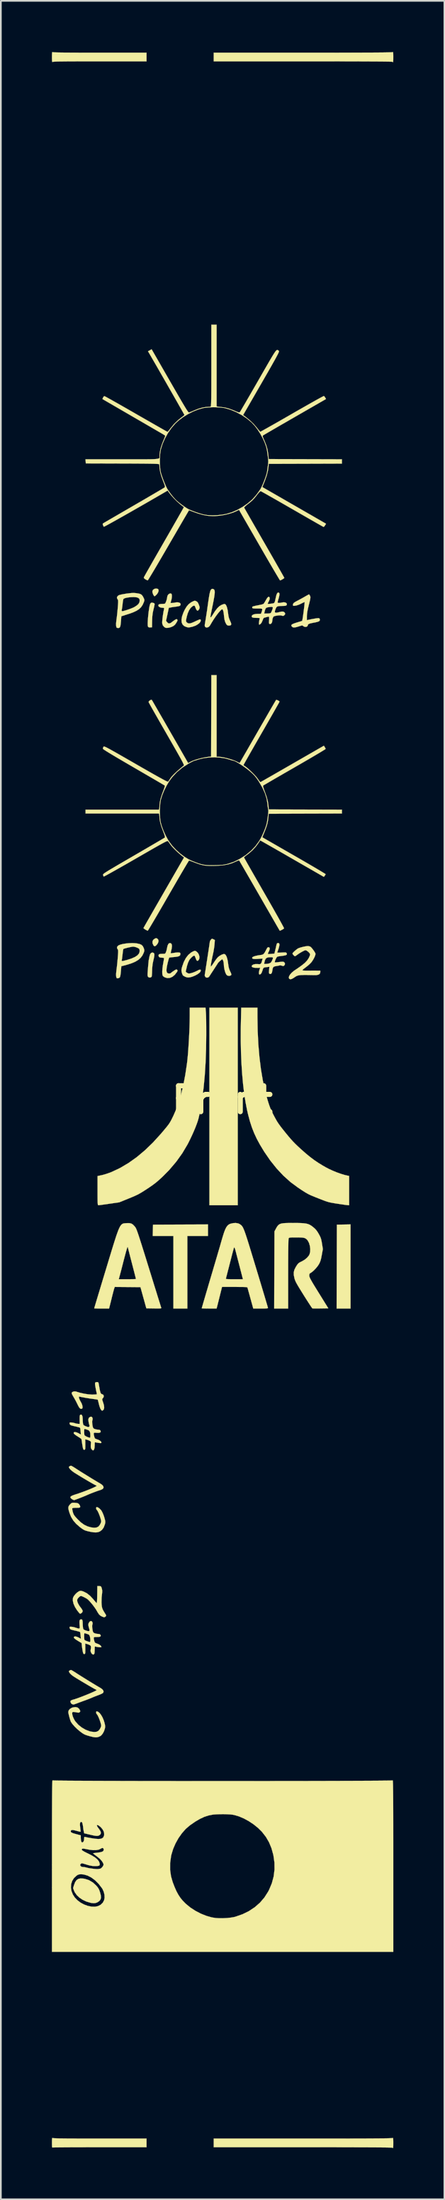
<source format=kicad_pcb>
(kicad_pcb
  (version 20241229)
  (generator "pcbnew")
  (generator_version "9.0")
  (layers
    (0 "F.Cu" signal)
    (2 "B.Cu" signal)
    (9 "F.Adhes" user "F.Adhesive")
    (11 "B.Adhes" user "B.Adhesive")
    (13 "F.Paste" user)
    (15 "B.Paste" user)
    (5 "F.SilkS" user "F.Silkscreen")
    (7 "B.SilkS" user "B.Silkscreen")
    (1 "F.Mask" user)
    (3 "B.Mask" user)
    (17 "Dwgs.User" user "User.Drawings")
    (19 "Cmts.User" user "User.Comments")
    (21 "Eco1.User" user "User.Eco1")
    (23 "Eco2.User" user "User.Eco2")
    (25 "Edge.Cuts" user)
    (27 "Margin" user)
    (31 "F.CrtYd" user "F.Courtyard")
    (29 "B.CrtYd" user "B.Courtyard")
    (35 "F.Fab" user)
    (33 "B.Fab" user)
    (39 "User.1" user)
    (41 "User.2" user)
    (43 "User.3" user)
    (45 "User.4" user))
  (footprint "Front"
    (layer "F.Cu")
    (at 10.024 61.54)
    (property "Reference" "Front" (at 0 0 0) (layer "F.SilkS") (effects (font (size 1.524 1.524) (thickness 0.3))))
    (attr through_hole)
    (fp_poly (pts (xy 0.903 6.181) (xy -0.762 6.181) (xy -0.762 -5.419) (xy 0.903 -5.419) (xy 0.903 6.181)) (stroke (width 0.01) (type solid)) (fill yes) (layer "F.SilkS"))
    (fp_poly (pts (xy 7.535 12.248) (xy 6.717 12.248) (xy 6.724 9.786) (xy 6.731 7.324) (xy 7.133 7.316) (xy 7.535 7.308) (xy 7.535 12.248)) (stroke (width 0.01) (type solid)) (fill yes) (layer "F.SilkS"))
    (fp_poly (pts (xy -0.847 7.987) (xy -2.06 7.987) (xy -2.06 12.248) (xy -2.879 12.248) (xy -2.879 7.987) (xy -4.094 7.987) (xy -4.078 7.324) (xy -2.462 7.316) (xy -0.847 7.309) (xy -0.847 7.987)) (stroke (width 0.01) (type solid)) (fill yes) (layer "F.SilkS"))
    (fp_poly (pts (xy -3.868 -9.495) (xy -3.822 -9.47) (xy -3.766 -9.403) (xy -3.755 -9.313) (xy -3.789 -9.211) (xy -3.825 -9.154) (xy -3.902 -9.065) (xy -3.963 -9.027) (xy -4.013 -9.036) (xy -4.048 -9.074) (xy -4.105 -9.197) (xy -4.11 -9.309) (xy -4.064 -9.403) (xy -3.976 -9.47) (xy -3.913 -9.498) (xy -3.868 -9.495)) (stroke (width 0.01) (type solid)) (fill yes) (layer "F.SilkS"))
    (fp_poly (pts (xy -3.798 -30.011) (xy -3.757 -29.969) (xy -3.751 -29.898) (xy -3.777 -29.809) (xy -3.833 -29.717) (xy -3.856 -29.69) (xy -3.918 -29.627) (xy -3.97 -29.586) (xy -3.99 -29.577) (xy -4.02 -29.601) (xy -4.057 -29.66) (xy -4.071 -29.69) (xy -4.11 -29.797) (xy -4.116 -29.874) (xy -4.087 -29.938) (xy -4.063 -29.967) (xy -3.982 -30.016) (xy -3.879 -30.028) (xy -3.798 -30.011)) (stroke (width 0.01) (type solid)) (fill yes) (layer "F.SilkS"))
    (fp_poly (pts (xy -8.169 45.722) (xy -8.077 45.739) (xy -7.837 45.818) (xy -7.616 45.949) (xy -7.419 46.13) (xy -7.334 46.23) (xy -7.274 46.321) (xy -7.227 46.426) (xy -7.189 46.541) (xy -7.146 46.712) (xy -7.137 46.845) (xy -7.166 46.951) (xy -7.234 47.037) (xy -7.32 47.099) (xy -7.427 47.148) (xy -7.541 47.167) (xy -7.68 47.156) (xy -7.758 47.141) (xy -7.993 47.071) (xy -8.212 46.969) (xy -8.405 46.839) (xy -8.563 46.689) (xy -8.679 46.525) (xy -8.718 46.44) (xy -8.778 46.281) (xy -8.72 46.092) (xy -8.655 45.927) (xy -8.574 45.811) (xy -8.471 45.74) (xy -8.338 45.712) (xy -8.169 45.722)) (stroke (width 0.01) (type solid)) (fill yes) (layer "F.SilkS"))
    (fp_poly (pts (xy -4.072 -29.19) (xy -4.049 -29.181) (xy -4.017 -29.169) (xy -3.996 -29.153) (xy -3.987 -29.126) (xy -3.989 -29.078) (xy -4.004 -29.001) (xy -4.03 -28.886) (xy -4.065 -28.744) (xy -4.099 -28.576) (xy -4.12 -28.398) (xy -4.13 -28.189) (xy -4.132 -28.123) (xy -4.137 -27.757) (xy -4.24 -27.748) (xy -4.316 -27.75) (xy -4.36 -27.777) (xy -4.375 -27.8) (xy -4.386 -27.855) (xy -4.39 -27.955) (xy -4.386 -28.093) (xy -4.376 -28.257) (xy -4.36 -28.44) (xy -4.339 -28.63) (xy -4.313 -28.818) (xy -4.303 -28.885) (xy -4.275 -29.034) (xy -4.243 -29.133) (xy -4.202 -29.188) (xy -4.147 -29.205) (xy -4.072 -29.19)) (stroke (width 0.01) (type solid)) (fill yes) (layer "F.SilkS"))
    (fp_poly (pts (xy -4.072 -8.648) (xy -4.029 -8.624) (xy -4.005 -8.585) (xy -3.997 -8.521) (xy -4.008 -8.426) (xy -4.035 -8.29) (xy -4.064 -8.17) (xy -4.106 -7.958) (xy -4.128 -7.727) (xy -4.133 -7.584) (xy -4.137 -7.452) (xy -4.145 -7.34) (xy -4.154 -7.261) (xy -4.165 -7.228) (xy -4.241 -7.186) (xy -4.318 -7.194) (xy -4.36 -7.224) (xy -4.379 -7.249) (xy -4.391 -7.279) (xy -4.397 -7.325) (xy -4.398 -7.395) (xy -4.392 -7.499) (xy -4.381 -7.646) (xy -4.375 -7.725) (xy -4.362 -7.882) (xy -4.349 -8.022) (xy -4.338 -8.134) (xy -4.33 -8.207) (xy -4.326 -8.227) (xy -4.313 -8.288) (xy -4.296 -8.377) (xy -4.288 -8.423) (xy -4.251 -8.551) (xy -4.195 -8.63) (xy -4.122 -8.657) (xy -4.072 -8.648)) (stroke (width 0.01) (type solid)) (fill yes) (layer "F.SilkS"))
    (fp_poly (pts (xy -9.985 60.954) (xy -9.966 60.96) (xy -9.92 60.966) (xy -9.844 60.97) (xy -9.735 60.974) (xy -9.592 60.978) (xy -9.411 60.98) (xy -9.19 60.983) (xy -8.927 60.985) (xy -8.618 60.986) (xy -8.262 60.987) (xy -7.855 60.988) (xy -7.395 60.988) (xy -7.205 60.988) (xy -4.459 60.988) (xy -4.459 61.496) (xy -7.194 61.496) (xy -7.583 61.496) (xy -7.956 61.497) (xy -8.31 61.498) (xy -8.64 61.499) (xy -8.943 61.5) (xy -9.215 61.502) (xy -9.451 61.504) (xy -9.649 61.506) (xy -9.803 61.508) (xy -9.91 61.51) (xy -9.967 61.512) (xy -9.974 61.513) (xy -9.994 61.515) (xy -10.007 61.495) (xy -10.015 61.444) (xy -10.018 61.355) (xy -10.019 61.225) (xy -10.018 61.089) (xy -10.013 61.001) (xy -10.004 60.957) (xy -9.991 60.95) (xy -9.985 60.954)) (stroke (width 0.01) (type solid)) (fill yes) (layer "F.SilkS"))
    (fp_poly (pts (xy -9.985 -61.53) (xy -9.966 -61.524) (xy -9.92 -61.519) (xy -9.844 -61.514) (xy -9.735 -61.51) (xy -9.592 -61.507) (xy -9.411 -61.504) (xy -9.19 -61.502) (xy -8.927 -61.5) (xy -8.618 -61.498) (xy -8.262 -61.497) (xy -7.855 -61.497) (xy -7.395 -61.496) (xy -7.205 -61.496) (xy -4.459 -61.496) (xy -4.459 -60.988) (xy -7.205 -60.988) (xy -7.686 -60.988) (xy -8.112 -60.988) (xy -8.488 -60.987) (xy -8.814 -60.985) (xy -9.095 -60.984) (xy -9.332 -60.981) (xy -9.527 -60.979) (xy -9.685 -60.976) (xy -9.806 -60.972) (xy -9.894 -60.967) (xy -9.952 -60.962) (xy -9.981 -60.957) (xy -9.985 -60.954) (xy -10 -60.951) (xy -10.01 -60.982) (xy -10.016 -61.054) (xy -10.019 -61.172) (xy -10.019 -61.242) (xy -10.018 -61.384) (xy -10.013 -61.475) (xy -10.005 -61.524) (xy -9.992 -61.535) (xy -9.985 -61.53)) (stroke (width 0.01) (type solid)) (fill yes) (layer "F.SilkS"))
    (fp_poly (pts (xy 10.039 -61.502) (xy 10.044 -61.431) (xy 10.047 -61.312) (xy 10.047 -61.248) (xy 10.046 -61.102) (xy 10.043 -61.006) (xy 10.037 -60.953) (xy 10.027 -60.937) (xy 10.011 -60.95) (xy 10.005 -60.96) (xy 9.974 -60.964) (xy 9.887 -60.968) (xy 9.744 -60.971) (xy 9.545 -60.974) (xy 9.291 -60.977) (xy 8.981 -60.979) (xy 8.616 -60.981) (xy 8.197 -60.983) (xy 7.722 -60.985) (xy 7.193 -60.986) (xy 6.609 -60.987) (xy 5.972 -60.988) (xy 5.28 -60.988) (xy 4.74 -60.988) (xy -0.508 -60.988) (xy -0.508 -61.496) (xy 4.736 -61.496) (xy 5.407 -61.496) (xy 6.023 -61.497) (xy 6.587 -61.497) (xy 7.1 -61.498) (xy 7.564 -61.498) (xy 7.981 -61.499) (xy 8.353 -61.501) (xy 8.682 -61.502) (xy 8.97 -61.504) (xy 9.218 -61.506) (xy 9.429 -61.508) (xy 9.604 -61.511) (xy 9.745 -61.514) (xy 9.854 -61.517) (xy 9.934 -61.52) (xy 9.985 -61.524) (xy 10.01 -61.529) (xy 10.013 -61.53) (xy 10.028 -61.533) (xy 10.039 -61.502)) (stroke (width 0.01) (type solid)) (fill yes) (layer "F.SilkS"))
    (fp_poly (pts (xy 10.039 60.982) (xy 10.044 61.054) (xy 10.047 61.172) (xy 10.047 61.237) (xy 10.046 61.382) (xy 10.043 61.478) (xy 10.037 61.531) (xy 10.027 61.548) (xy 10.011 61.534) (xy 10.005 61.524) (xy 9.974 61.521) (xy 9.887 61.517) (xy 9.744 61.514) (xy 9.545 61.51) (xy 9.291 61.508) (xy 8.981 61.505) (xy 8.616 61.503) (xy 8.197 61.501) (xy 7.722 61.5) (xy 7.193 61.498) (xy 6.609 61.497) (xy 5.972 61.497) (xy 5.28 61.496) (xy 4.74 61.496) (xy -0.508 61.496) (xy -0.508 60.988) (xy 4.736 60.988) (xy 5.407 60.988) (xy 6.023 60.988) (xy 6.587 60.987) (xy 7.1 60.987) (xy 7.564 60.986) (xy 7.981 60.985) (xy 8.353 60.984) (xy 8.682 60.982) (xy 8.97 60.98) (xy 9.218 60.978) (xy 9.429 60.976) (xy 9.604 60.974) (xy 9.745 60.971) (xy 9.854 60.967) (xy 9.934 60.964) (xy 9.985 60.96) (xy 10.01 60.956) (xy 10.013 60.954) (xy 10.028 60.951) (xy 10.039 60.982)) (stroke (width 0.01) (type solid)) (fill yes) (layer "F.SilkS"))
    (fp_poly (pts (xy -1.591 -29.308) (xy -1.537 -29.286) (xy -1.536 -29.285) (xy -1.475 -29.245) (xy -1.428 -29.18) (xy -1.383 -29.078) (xy -1.351 -28.985) (xy -1.338 -28.924) (xy -1.344 -28.875) (xy -1.366 -28.822) (xy -1.416 -28.749) (xy -1.466 -28.731) (xy -1.515 -28.768) (xy -1.563 -28.86) (xy -1.579 -28.906) (xy -1.612 -28.991) (xy -1.649 -29.027) (xy -1.702 -29.019) (xy -1.752 -28.993) (xy -1.862 -28.898) (xy -1.959 -28.755) (xy -2.04 -28.569) (xy -2.094 -28.379) (xy -2.121 -28.255) (xy -2.136 -28.173) (xy -2.138 -28.122) (xy -2.129 -28.088) (xy -2.109 -28.06) (xy -2.104 -28.055) (xy -2.043 -28.003) (xy -1.973 -27.98) (xy -1.885 -27.987) (xy -1.769 -28.025) (xy -1.618 -28.092) (xy -1.503 -28.146) (xy -1.405 -28.189) (xy -1.335 -28.216) (xy -1.31 -28.222) (xy -1.279 -28.198) (xy -1.27 -28.15) (xy -1.296 -28.072) (xy -1.367 -27.99) (xy -1.474 -27.911) (xy -1.606 -27.842) (xy -1.753 -27.791) (xy -1.792 -27.781) (xy -1.894 -27.76) (xy -1.96 -27.75) (xy -2.012 -27.75) (xy -2.068 -27.76) (xy -2.106 -27.769) (xy -2.244 -27.826) (xy -2.34 -27.918) (xy -2.394 -28.044) (xy -2.404 -28.202) (xy -2.372 -28.391) (xy -2.297 -28.607) (xy -2.213 -28.787) (xy -2.103 -28.97) (xy -1.985 -29.109) (xy -1.848 -29.214) (xy -1.78 -29.251) (xy -1.693 -29.293) (xy -1.637 -29.311) (xy -1.591 -29.308)) (stroke (width 0.01) (type solid)) (fill yes) (layer "F.SilkS"))
    (fp_poly (pts (xy -1.593 -8.753) (xy -1.549 -8.732) (xy -1.533 -8.722) (xy -1.448 -8.645) (xy -1.386 -8.543) (xy -1.353 -8.429) (xy -1.352 -8.319) (xy -1.386 -8.229) (xy -1.403 -8.209) (xy -1.452 -8.171) (xy -1.491 -8.174) (xy -1.528 -8.222) (xy -1.569 -8.319) (xy -1.6 -8.4) (xy -1.627 -8.458) (xy -1.636 -8.473) (xy -1.67 -8.475) (xy -1.729 -8.443) (xy -1.801 -8.384) (xy -1.874 -8.309) (xy -1.938 -8.227) (xy -1.944 -8.218) (xy -2.017 -8.069) (xy -2.081 -7.867) (xy -2.095 -7.804) (xy -2.158 -7.529) (xy -2.092 -7.476) (xy -2.024 -7.437) (xy -1.965 -7.423) (xy -1.869 -7.437) (xy -1.739 -7.476) (xy -1.592 -7.533) (xy -1.476 -7.588) (xy -1.437 -7.606) (xy -1.326 -7.606) (xy -1.312 -7.592) (xy -1.298 -7.606) (xy -1.312 -7.62) (xy -1.326 -7.606) (xy -1.437 -7.606) (xy -1.374 -7.636) (xy -1.312 -7.654) (xy -1.28 -7.643) (xy -1.27 -7.603) (xy -1.27 -7.591) (xy -1.296 -7.525) (xy -1.366 -7.453) (xy -1.468 -7.38) (xy -1.592 -7.312) (xy -1.727 -7.254) (xy -1.861 -7.212) (xy -1.983 -7.192) (xy -2.074 -7.197) (xy -2.189 -7.235) (xy -2.309 -7.304) (xy -2.336 -7.344) (xy -2.367 -7.419) (xy -2.384 -7.475) (xy -2.403 -7.557) (xy -2.407 -7.626) (xy -2.397 -7.703) (xy -2.37 -7.808) (xy -2.365 -7.825) (xy -2.27 -8.097) (xy -2.15 -8.328) (xy -2.008 -8.514) (xy -1.846 -8.652) (xy -1.775 -8.693) (xy -1.688 -8.736) (xy -1.633 -8.756) (xy -1.593 -8.753)) (stroke (width 0.01) (type solid)) (fill yes) (layer "F.SilkS"))
    (fp_poly (pts (xy -8.864 21.492) (xy -8.792 21.532) (xy -8.696 21.591) (xy -8.605 21.65) (xy -8.492 21.723) (xy -8.345 21.817) (xy -8.173 21.924) (xy -7.988 22.039) (xy -7.799 22.155) (xy -7.615 22.268) (xy -7.446 22.369) (xy -7.304 22.454) (xy -7.196 22.516) (xy -7.178 22.527) (xy -7.068 22.603) (xy -7.003 22.682) (xy -6.985 22.758) (xy -7.018 22.824) (xy -7.034 22.838) (xy -7.104 22.878) (xy -7.194 22.913) (xy -7.211 22.918) (xy -7.293 22.943) (xy -7.412 22.985) (xy -7.55 23.036) (xy -7.693 23.091) (xy -7.825 23.144) (xy -7.929 23.189) (xy -7.93 23.19) (xy -8.058 23.246) (xy -8.216 23.31) (xy -8.378 23.374) (xy -8.509 23.424) (xy -8.598 23.456) (xy -8.669 23.483) (xy -8.694 23.493) (xy -8.745 23.49) (xy -8.816 23.458) (xy -8.833 23.447) (xy -8.906 23.388) (xy -8.937 23.339) (xy -8.922 23.293) (xy -8.86 23.248) (xy -8.747 23.201) (xy -8.617 23.158) (xy -8.452 23.104) (xy -8.276 23.043) (xy -8.097 22.977) (xy -7.922 22.909) (xy -7.76 22.844) (xy -7.618 22.783) (xy -7.505 22.73) (xy -7.428 22.689) (xy -7.395 22.663) (xy -7.394 22.66) (xy -7.418 22.636) (xy -7.458 22.618) (xy -7.501 22.598) (xy -7.584 22.553) (xy -7.699 22.488) (xy -7.837 22.408) (xy -7.991 22.318) (xy -8.152 22.223) (xy -8.312 22.127) (xy -8.462 22.035) (xy -8.595 21.953) (xy -8.703 21.885) (xy -8.739 21.861) (xy -8.836 21.789) (xy -8.922 21.713) (xy -8.978 21.65) (xy -9.017 21.589) (xy -9.026 21.554) (xy -9.006 21.529) (xy -8.989 21.516) (xy -8.933 21.485) (xy -8.901 21.477) (xy -8.864 21.492)) (stroke (width 0.01) (type solid)) (fill yes) (layer "F.SilkS"))
    (fp_poly (pts (xy -8.864 33.486) (xy -8.792 33.527) (xy -8.696 33.586) (xy -8.605 33.644) (xy -8.492 33.718) (xy -8.345 33.811) (xy -8.173 33.918) (xy -7.988 34.033) (xy -7.799 34.15) (xy -7.615 34.262) (xy -7.446 34.364) (xy -7.304 34.449) (xy -7.196 34.511) (xy -7.178 34.521) (xy -7.068 34.597) (xy -7.003 34.676) (xy -6.985 34.752) (xy -7.017 34.818) (xy -7.034 34.832) (xy -7.091 34.865) (xy -7.184 34.907) (xy -7.293 34.95) (xy -7.31 34.956) (xy -7.438 35.004) (xy -7.57 35.056) (xy -7.676 35.101) (xy -7.781 35.145) (xy -7.913 35.197) (xy -8.044 35.246) (xy -8.057 35.251) (xy -8.202 35.302) (xy -8.364 35.362) (xy -8.509 35.417) (xy -8.509 35.417) (xy -8.613 35.456) (xy -8.695 35.484) (xy -8.743 35.499) (xy -8.749 35.5) (xy -8.785 35.492) (xy -8.823 35.484) (xy -8.881 35.448) (xy -8.922 35.381) (xy -8.933 35.31) (xy -8.929 35.293) (xy -8.893 35.26) (xy -8.823 35.229) (xy -8.795 35.221) (xy -8.697 35.193) (xy -8.568 35.15) (xy -8.417 35.096) (xy -8.251 35.034) (xy -8.081 34.967) (xy -7.912 34.899) (xy -7.754 34.833) (xy -7.616 34.773) (xy -7.504 34.721) (xy -7.428 34.681) (xy -7.395 34.657) (xy -7.394 34.655) (xy -7.417 34.629) (xy -7.451 34.615) (xy -7.491 34.595) (xy -7.571 34.551) (xy -7.683 34.488) (xy -7.82 34.409) (xy -7.972 34.32) (xy -8.133 34.225) (xy -8.293 34.13) (xy -8.445 34.038) (xy -8.581 33.956) (xy -8.692 33.886) (xy -8.771 33.835) (xy -8.781 33.829) (xy -8.87 33.759) (xy -8.948 33.682) (xy -8.978 33.645) (xy -9.017 33.583) (xy -9.026 33.549) (xy -9.006 33.523) (xy -8.989 33.511) (xy -8.933 33.48) (xy -8.901 33.472) (xy -8.864 33.486)) (stroke (width 0.01) (type solid)) (fill yes) (layer "F.SilkS"))
    (fp_poly (pts (xy -8.524 35.673) (xy -8.432 35.744) (xy -8.4 35.792) (xy -8.364 35.859) (xy -8.356 35.899) (xy -8.375 35.931) (xy -8.387 35.944) (xy -8.42 35.97) (xy -8.461 35.978) (xy -8.528 35.971) (xy -8.603 35.956) (xy -8.698 35.94) (xy -8.771 35.935) (xy -8.803 35.939) (xy -8.83 35.987) (xy -8.828 36.07) (xy -8.802 36.178) (xy -8.754 36.299) (xy -8.689 36.423) (xy -8.629 36.511) (xy -8.462 36.695) (xy -8.259 36.856) (xy -8.036 36.984) (xy -7.806 37.071) (xy -7.717 37.092) (xy -7.541 37.114) (xy -7.405 37.103) (xy -7.3 37.055) (xy -7.218 36.967) (xy -7.163 36.865) (xy -7.137 36.803) (xy -7.125 36.753) (xy -7.128 36.698) (xy -7.147 36.621) (xy -7.17 36.541) (xy -7.215 36.406) (xy -7.266 36.277) (xy -7.317 36.167) (xy -7.363 36.088) (xy -7.394 36.054) (xy -7.415 36.018) (xy -7.422 35.963) (xy -7.414 35.915) (xy -7.396 35.899) (xy -7.31 35.925) (xy -7.22 35.999) (xy -7.131 36.112) (xy -7.048 36.256) (xy -6.977 36.424) (xy -6.94 36.542) (xy -6.909 36.666) (xy -6.894 36.756) (xy -6.894 36.829) (xy -6.907 36.905) (xy -6.908 36.908) (xy -6.96 37.069) (xy -7.035 37.208) (xy -7.124 37.315) (xy -7.193 37.363) (xy -7.288 37.404) (xy -7.38 37.425) (xy -7.482 37.426) (xy -7.606 37.407) (xy -7.767 37.367) (xy -7.809 37.356) (xy -7.953 37.314) (xy -8.06 37.276) (xy -8.15 37.233) (xy -8.239 37.176) (xy -8.348 37.096) (xy -8.376 37.074) (xy -8.54 36.937) (xy -8.692 36.788) (xy -8.819 36.641) (xy -8.899 36.528) (xy -8.924 36.47) (xy -8.956 36.374) (xy -8.99 36.257) (xy -9.021 36.137) (xy -9.046 36.03) (xy -9.058 35.954) (xy -9.059 35.941) (xy -9.033 35.841) (xy -8.958 35.755) (xy -8.844 35.69) (xy -8.792 35.673) (xy -8.643 35.65) (xy -8.524 35.673)) (stroke (width 0.01) (type solid)) (fill yes) (layer "F.SilkS"))
    (fp_poly (pts (xy -0.55 -30.007) (xy -0.526 -29.997) (xy -0.491 -29.974) (xy -0.467 -29.938) (xy -0.453 -29.884) (xy -0.449 -29.806) (xy -0.457 -29.699) (xy -0.477 -29.558) (xy -0.508 -29.378) (xy -0.551 -29.153) (xy -0.603 -28.9) (xy -0.636 -28.738) (xy -0.665 -28.595) (xy -0.687 -28.479) (xy -0.701 -28.401) (xy -0.705 -28.37) (xy -0.695 -28.337) (xy -0.663 -28.354) (xy -0.611 -28.424) (xy -0.571 -28.487) (xy -0.431 -28.705) (xy -0.302 -28.871) (xy -0.181 -28.989) (xy -0.072 -29.058) (xy 0.018 -29.096) (xy 0.096 -29.12) (xy 0.129 -29.125) (xy 0.184 -29.098) (xy 0.234 -29.021) (xy 0.278 -28.9) (xy 0.313 -28.741) (xy 0.334 -28.587) (xy 0.355 -28.428) (xy 0.385 -28.301) (xy 0.429 -28.185) (xy 0.454 -28.131) (xy 0.506 -28.011) (xy 0.521 -27.93) (xy 0.497 -27.881) (xy 0.433 -27.858) (xy 0.377 -27.855) (xy 0.304 -27.866) (xy 0.252 -27.908) (xy 0.225 -27.947) (xy 0.167 -28.063) (xy 0.127 -28.197) (xy 0.101 -28.365) (xy 0.095 -28.434) (xy 0.077 -28.598) (xy 0.051 -28.719) (xy 0.02 -28.793) (xy -0.012 -28.815) (xy -0.058 -28.792) (xy -0.126 -28.727) (xy -0.212 -28.629) (xy -0.311 -28.504) (xy -0.416 -28.359) (xy -0.522 -28.203) (xy -0.623 -28.041) (xy -0.693 -27.921) (xy -0.759 -27.82) (xy -0.827 -27.765) (xy -0.909 -27.744) (xy -0.935 -27.743) (xy -0.991 -27.763) (xy -1.016 -27.785) (xy -1.037 -27.842) (xy -1.036 -27.904) (xy -1.024 -27.973) (xy -1.006 -28.082) (xy -0.983 -28.219) (xy -0.959 -28.369) (xy -0.936 -28.518) (xy -0.915 -28.652) (xy -0.899 -28.756) (xy -0.893 -28.801) (xy -0.854 -29.084) (xy -0.82 -29.317) (xy -0.791 -29.505) (xy -0.766 -29.653) (xy -0.743 -29.766) (xy -0.722 -29.85) (xy -0.701 -29.91) (xy -0.679 -29.952) (xy -0.656 -29.98) (xy -0.653 -29.983) (xy -0.604 -30.014) (xy -0.55 -30.007)) (stroke (width 0.01) (type solid)) (fill yes) (layer "F.SilkS"))
    (fp_poly (pts (xy -5.122 -9.203) (xy -5.013 -9.189) (xy -4.862 -9.155) (xy -4.757 -9.107) (xy -4.683 -9.036) (xy -4.63 -8.935) (xy -4.617 -8.899) (xy -4.594 -8.82) (xy -4.59 -8.76) (xy -4.608 -8.691) (xy -4.63 -8.632) (xy -4.706 -8.478) (xy -4.808 -8.344) (xy -4.94 -8.228) (xy -5.108 -8.126) (xy -5.318 -8.034) (xy -5.575 -7.95) (xy -5.786 -7.893) (xy -5.941 -7.854) (xy -5.969 -7.537) (xy -5.984 -7.392) (xy -5.999 -7.294) (xy -6.016 -7.231) (xy -6.037 -7.194) (xy -6.052 -7.18) (xy -6.119 -7.148) (xy -6.182 -7.142) (xy -6.218 -7.161) (xy -6.245 -7.252) (xy -6.25 -7.392) (xy -6.233 -7.583) (xy -6.226 -7.635) (xy -6.208 -7.769) (xy -6.189 -7.939) (xy -6.17 -8.126) (xy -6.165 -8.184) (xy -5.921 -8.184) (xy -5.909 -8.163) (xy -5.871 -8.159) (xy -5.799 -8.171) (xy -5.686 -8.2) (xy -5.582 -8.228) (xy -5.332 -8.31) (xy -5.136 -8.397) (xy -4.994 -8.492) (xy -4.905 -8.594) (xy -4.869 -8.691) (xy -4.864 -8.78) (xy -4.877 -8.85) (xy -4.88 -8.857) (xy -4.926 -8.9) (xy -5.01 -8.943) (xy -5.11 -8.979) (xy -5.21 -9) (xy -5.249 -9.003) (xy -5.308 -8.996) (xy -5.4 -8.979) (xy -5.51 -8.955) (xy -5.623 -8.928) (xy -5.722 -8.901) (xy -5.793 -8.878) (xy -5.82 -8.866) (xy -5.831 -8.831) (xy -5.845 -8.754) (xy -5.859 -8.646) (xy -5.868 -8.565) (xy -5.882 -8.438) (xy -5.896 -8.326) (xy -5.909 -8.246) (xy -5.915 -8.22) (xy -5.921 -8.184) (xy -6.165 -8.184) (xy -6.153 -8.312) (xy -6.15 -8.36) (xy -6.137 -8.529) (xy -6.129 -8.651) (xy -6.127 -8.734) (xy -6.131 -8.79) (xy -6.141 -8.825) (xy -6.157 -8.851) (xy -6.164 -8.859) (xy -6.198 -8.931) (xy -6.18 -9.006) (xy -6.115 -9.071) (xy -6.009 -9.117) (xy -5.861 -9.156) (xy -5.685 -9.185) (xy -5.493 -9.204) (xy -5.301 -9.211) (xy -5.122 -9.203)) (stroke (width 0.01) (type solid)) (fill yes) (layer "F.SilkS"))
    (fp_poly (pts (xy -3.004 -29.728) (xy -2.98 -29.694) (xy -2.969 -29.622) (xy -2.969 -29.614) (xy -2.972 -29.515) (xy -2.991 -29.399) (xy -3.004 -29.348) (xy -3.028 -29.264) (xy -3.044 -29.207) (xy -3.048 -29.191) (xy -3.023 -29.182) (xy -2.962 -29.182) (xy -2.882 -29.189) (xy -2.802 -29.201) (xy -2.767 -29.21) (xy -2.664 -29.224) (xy -2.568 -29.213) (xy -2.494 -29.179) (xy -2.457 -29.129) (xy -2.455 -29.114) (xy -2.466 -29.055) (xy -2.503 -29.016) (xy -2.578 -28.99) (xy -2.695 -28.972) (xy -2.819 -28.956) (xy -2.947 -28.937) (xy -3.007 -28.926) (xy -3.149 -28.898) (xy -3.23 -28.517) (xy -3.312 -28.136) (xy -3.255 -28.059) (xy -3.184 -27.992) (xy -3.108 -27.979) (xy -3.022 -28.019) (xy -2.987 -28.046) (xy -2.899 -28.115) (xy -2.804 -28.18) (xy -2.79 -28.189) (xy -2.723 -28.226) (xy -2.684 -28.232) (xy -2.655 -28.211) (xy -2.654 -28.209) (xy -2.637 -28.172) (xy -2.65 -28.122) (xy -2.683 -28.061) (xy -2.734 -27.981) (xy -2.781 -27.914) (xy -2.792 -27.902) (xy -2.88 -27.83) (xy -3.004 -27.771) (xy -3.144 -27.731) (xy -3.2 -27.724) (xy -3.292 -27.719) (xy -3.353 -27.731) (xy -3.41 -27.769) (xy -3.433 -27.789) (xy -3.501 -27.87) (xy -3.533 -27.968) (xy -3.537 -27.996) (xy -3.538 -28.071) (xy -3.529 -28.188) (xy -3.513 -28.333) (xy -3.491 -28.492) (xy -3.465 -28.652) (xy -3.436 -28.799) (xy -3.428 -28.836) (xy -3.425 -28.879) (xy -3.452 -28.896) (xy -3.512 -28.9) (xy -3.624 -28.913) (xy -3.711 -28.951) (xy -3.759 -29.005) (xy -3.762 -29.014) (xy -3.76 -29.071) (xy -3.715 -29.107) (xy -3.623 -29.124) (xy -3.557 -29.126) (xy -3.466 -29.13) (xy -3.396 -29.139) (xy -3.372 -29.147) (xy -3.344 -29.189) (xy -3.31 -29.267) (xy -3.278 -29.361) (xy -3.255 -29.454) (xy -3.245 -29.524) (xy -3.225 -29.613) (xy -3.173 -29.689) (xy -3.102 -29.734) (xy -3.052 -29.741) (xy -3.004 -29.728)) (stroke (width 0.01) (type solid)) (fill yes) (layer "F.SilkS"))
    (fp_poly (pts (xy 2.061 -4.861) (xy 2.075 -4.052) (xy 2.113 -3.273) (xy 2.177 -2.529) (xy 2.264 -1.822) (xy 2.375 -1.157) (xy 2.509 -0.537) (xy 2.643 -0.044) (xy 2.707 0.166) (xy 2.764 0.338) (xy 2.821 0.488) (xy 2.884 0.633) (xy 2.959 0.788) (xy 3.033 0.932) (xy 3.113 1.081) (xy 3.184 1.208) (xy 3.256 1.324) (xy 3.335 1.44) (xy 3.427 1.566) (xy 3.541 1.712) (xy 3.683 1.889) (xy 3.709 1.921) (xy 3.871 2.119) (xy 4.012 2.284) (xy 4.143 2.429) (xy 4.276 2.566) (xy 4.422 2.707) (xy 4.595 2.867) (xy 4.666 2.931) (xy 4.927 3.16) (xy 5.167 3.356) (xy 5.399 3.53) (xy 5.639 3.692) (xy 5.9 3.852) (xy 6.082 3.956) (xy 6.278 4.058) (xy 6.503 4.16) (xy 6.738 4.256) (xy 6.968 4.338) (xy 7.173 4.4) (xy 7.246 4.418) (xy 7.451 4.464) (xy 7.451 6.181) (xy 7.373 6.177) (xy 7.321 6.172) (xy 7.224 6.16) (xy 7.091 6.141) (xy 6.934 6.118) (xy 6.764 6.093) (xy 6.588 6.065) (xy 6.447 6.041) (xy 6.328 6.017) (xy 6.218 5.989) (xy 6.105 5.954) (xy 5.976 5.908) (xy 5.819 5.847) (xy 5.65 5.781) (xy 5.459 5.705) (xy 5.307 5.643) (xy 5.181 5.59) (xy 5.072 5.538) (xy 4.969 5.482) (xy 4.86 5.418) (xy 4.734 5.338) (xy 4.582 5.238) (xy 4.427 5.134) (xy 3.998 4.816) (xy 3.586 4.445) (xy 3.19 4.023) (xy 2.813 3.552) (xy 2.457 3.034) (xy 2.206 2.619) (xy 2.024 2.284) (xy 1.87 1.953) (xy 1.736 1.615) (xy 1.619 1.254) (xy 1.513 0.859) (xy 1.452 0.597) (xy 1.362 0.135) (xy 1.283 -0.375) (xy 1.217 -0.929) (xy 1.163 -1.521) (xy 1.122 -2.143) (xy 1.095 -2.79) (xy 1.081 -3.457) (xy 1.082 -4.137) (xy 1.087 -4.446) (xy 1.108 -5.419) (xy 2.06 -5.419) (xy 2.061 -4.861)) (stroke (width 0.01) (type solid)) (fill yes) (layer "F.SilkS"))
    (fp_poly (pts (xy -3.02 -9.194) (xy -2.977 -9.136) (xy -2.964 -9.034) (xy -2.982 -8.886) (xy -3.005 -8.788) (xy -3.026 -8.7) (xy -3.037 -8.637) (xy -3.037 -8.616) (xy -3.006 -8.615) (xy -2.935 -8.622) (xy -2.844 -8.637) (xy -2.732 -8.652) (xy -2.627 -8.66) (xy -2.566 -8.659) (xy -2.5 -8.647) (xy -2.474 -8.617) (xy -2.469 -8.566) (xy -2.483 -8.503) (xy -2.526 -8.457) (xy -2.608 -8.425) (xy -2.733 -8.403) (xy -2.862 -8.391) (xy -2.974 -8.381) (xy -3.064 -8.37) (xy -3.118 -8.36) (xy -3.125 -8.357) (xy -3.14 -8.324) (xy -3.164 -8.247) (xy -3.194 -8.138) (xy -3.226 -8.006) (xy -3.229 -7.993) (xy -3.266 -7.815) (xy -3.285 -7.682) (xy -3.287 -7.584) (xy -3.272 -7.513) (xy -3.24 -7.458) (xy -3.24 -7.458) (xy -3.193 -7.433) (xy -3.125 -7.423) (xy -3.062 -7.431) (xy -3.036 -7.448) (xy -3.005 -7.476) (xy -2.942 -7.523) (xy -2.862 -7.578) (xy -2.776 -7.633) (xy -2.722 -7.659) (xy -2.688 -7.66) (xy -2.661 -7.641) (xy -2.636 -7.606) (xy -2.642 -7.566) (xy -2.669 -7.517) (xy -2.794 -7.353) (xy -2.932 -7.236) (xy -3.079 -7.17) (xy -3.229 -7.157) (xy -3.377 -7.196) (xy -3.462 -7.247) (xy -3.512 -7.305) (xy -3.516 -7.314) (xy -3.532 -7.411) (xy -3.535 -7.55) (xy -3.523 -7.718) (xy -3.499 -7.904) (xy -3.477 -8.029) (xy -3.455 -8.149) (xy -3.439 -8.249) (xy -3.432 -8.314) (xy -3.434 -8.333) (xy -3.467 -8.346) (xy -3.536 -8.353) (xy -3.566 -8.354) (xy -3.673 -8.366) (xy -3.733 -8.407) (xy -3.754 -8.479) (xy -3.754 -8.483) (xy -3.743 -8.531) (xy -3.704 -8.561) (xy -3.628 -8.576) (xy -3.512 -8.58) (xy -3.423 -8.582) (xy -3.372 -8.594) (xy -3.342 -8.627) (xy -3.316 -8.683) (xy -3.283 -8.783) (xy -3.259 -8.891) (xy -3.257 -8.901) (xy -3.225 -9.052) (xy -3.179 -9.155) (xy -3.12 -9.208) (xy -3.05 -9.209) (xy -3.02 -9.194)) (stroke (width 0.01) (type solid)) (fill yes) (layer "F.SilkS"))
    (fp_poly (pts (xy -8.709 23.653) (xy -8.67 23.656) (xy -8.565 23.666) (xy -8.497 23.684) (xy -8.448 23.716) (xy -8.419 23.747) (xy -8.376 23.815) (xy -8.359 23.879) (xy -8.359 23.886) (xy -8.368 23.917) (xy -8.392 23.934) (xy -8.442 23.943) (xy -8.531 23.946) (xy -8.591 23.947) (xy -8.715 23.95) (xy -8.79 23.96) (xy -8.824 23.979) (xy -8.827 23.985) (xy -8.827 24.031) (xy -8.814 24.112) (xy -8.793 24.198) (xy -8.767 24.28) (xy -8.735 24.35) (xy -8.688 24.422) (xy -8.618 24.506) (xy -8.515 24.617) (xy -8.514 24.618) (xy -8.318 24.806) (xy -8.125 24.945) (xy -7.928 25.04) (xy -7.717 25.099) (xy -7.715 25.099) (xy -7.539 25.121) (xy -7.403 25.108) (xy -7.298 25.059) (xy -7.216 24.969) (xy -7.163 24.871) (xy -7.137 24.808) (xy -7.125 24.758) (xy -7.128 24.704) (xy -7.147 24.626) (xy -7.17 24.546) (xy -7.215 24.412) (xy -7.266 24.283) (xy -7.317 24.172) (xy -7.363 24.093) (xy -7.394 24.06) (xy -7.416 24.023) (xy -7.422 23.968) (xy -7.412 23.92) (xy -7.393 23.904) (xy -7.316 23.927) (xy -7.227 23.989) (xy -7.14 24.078) (xy -7.109 24.12) (xy -7.059 24.21) (xy -7.005 24.332) (xy -6.956 24.466) (xy -6.944 24.508) (xy -6.909 24.632) (xy -6.889 24.718) (xy -6.884 24.784) (xy -6.891 24.848) (xy -6.907 24.915) (xy -6.976 25.101) (xy -7.078 25.244) (xy -7.207 25.339) (xy -7.311 25.378) (xy -7.427 25.395) (xy -7.566 25.389) (xy -7.74 25.361) (xy -7.869 25.333) (xy -7.99 25.303) (xy -8.082 25.272) (xy -8.163 25.233) (xy -8.249 25.177) (xy -8.359 25.095) (xy -8.382 25.077) (xy -8.598 24.889) (xy -8.765 24.696) (xy -8.892 24.488) (xy -8.98 24.271) (xy -9.028 24.117) (xy -9.053 24.003) (xy -9.054 23.917) (xy -9.032 23.847) (xy -8.985 23.781) (xy -8.956 23.75) (xy -8.898 23.693) (xy -8.851 23.663) (xy -8.795 23.652) (xy -8.709 23.653)) (stroke (width 0.01) (type solid)) (fill yes) (layer "F.SilkS"))
    (fp_poly (pts (xy -7.175 28.551) (xy -7.136 28.572) (xy -7.109 28.626) (xy -7.092 28.671) (xy -7.065 28.804) (xy -7.067 28.911) (xy -7.1 29.225) (xy -7.107 29.502) (xy -7.099 29.643) (xy -7.088 29.739) (xy -7.072 29.819) (xy -7.044 29.896) (xy -7.001 29.984) (xy -6.935 30.094) (xy -6.857 30.219) (xy -6.832 30.27) (xy -6.847 30.309) (xy -6.873 30.336) (xy -6.914 30.368) (xy -6.955 30.374) (xy -7.022 30.356) (xy -7.04 30.349) (xy -7.157 30.293) (xy -7.251 30.209) (xy -7.335 30.086) (xy -7.366 30.028) (xy -7.427 29.925) (xy -7.512 29.8) (xy -7.611 29.667) (xy -7.716 29.538) (xy -7.816 29.424) (xy -7.902 29.338) (xy -7.948 29.301) (xy -8.035 29.248) (xy -8.134 29.196) (xy -8.227 29.153) (xy -8.297 29.129) (xy -8.316 29.126) (xy -8.371 29.147) (xy -8.437 29.201) (xy -8.497 29.27) (xy -8.534 29.339) (xy -8.537 29.349) (xy -8.533 29.439) (xy -8.491 29.555) (xy -8.418 29.687) (xy -8.317 29.824) (xy -8.314 29.828) (xy -8.257 29.908) (xy -8.22 29.981) (xy -8.213 30.015) (xy -8.235 30.078) (xy -8.289 30.136) (xy -8.353 30.168) (xy -8.367 30.169) (xy -8.395 30.147) (xy -8.447 30.089) (xy -8.514 30.005) (xy -8.555 29.95) (xy -8.67 29.766) (xy -8.75 29.585) (xy -8.79 29.416) (xy -8.788 29.269) (xy -8.776 29.221) (xy -8.724 29.123) (xy -8.639 29.017) (xy -8.537 28.921) (xy -8.435 28.854) (xy -8.417 28.846) (xy -8.361 28.827) (xy -8.308 28.825) (xy -8.238 28.842) (xy -8.151 28.873) (xy -7.966 28.968) (xy -7.781 29.115) (xy -7.592 29.317) (xy -7.554 29.364) (xy -7.486 29.446) (xy -7.43 29.51) (xy -7.395 29.542) (xy -7.392 29.544) (xy -7.383 29.534) (xy -7.376 29.496) (xy -7.369 29.424) (xy -7.364 29.314) (xy -7.36 29.161) (xy -7.357 28.961) (xy -7.354 28.709) (xy -7.354 28.702) (xy -7.352 28.547) (xy -7.243 28.547) (xy -7.175 28.551)) (stroke (width 0.01) (type solid)) (fill yes) (layer "F.SilkS"))
    (fp_poly (pts (xy -0.54 -9.442) (xy -0.53 -9.437) (xy -0.444 -9.392) (xy -0.461 -9.148) (xy -0.476 -9.012) (xy -0.5 -8.847) (xy -0.53 -8.679) (xy -0.548 -8.594) (xy -0.601 -8.351) (xy -0.641 -8.152) (xy -0.669 -7.999) (xy -0.682 -7.893) (xy -0.682 -7.839) (xy -0.679 -7.833) (xy -0.656 -7.85) (xy -0.611 -7.905) (xy -0.551 -7.991) (xy -0.497 -8.072) (xy -0.42 -8.186) (xy -0.343 -8.289) (xy -0.278 -8.367) (xy -0.248 -8.397) (xy -0.141 -8.475) (xy -0.032 -8.534) (xy 0.064 -8.566) (xy 0.125 -8.568) (xy 0.185 -8.526) (xy 0.24 -8.433) (xy 0.286 -8.296) (xy 0.322 -8.121) (xy 0.337 -8.008) (xy 0.36 -7.843) (xy 0.391 -7.713) (xy 0.436 -7.595) (xy 0.457 -7.551) (xy 0.503 -7.453) (xy 0.524 -7.391) (xy 0.524 -7.351) (xy 0.508 -7.324) (xy 0.443 -7.29) (xy 0.371 -7.287) (xy 0.291 -7.307) (xy 0.235 -7.359) (xy 0.218 -7.387) (xy 0.166 -7.506) (xy 0.123 -7.659) (xy 0.094 -7.823) (xy 0.086 -7.953) (xy 0.077 -8.057) (xy 0.055 -8.153) (xy 0.041 -8.187) (xy -0.003 -8.272) (xy -0.117 -8.181) (xy -0.19 -8.118) (xy -0.247 -8.058) (xy -0.264 -8.035) (xy -0.29 -7.991) (xy -0.342 -7.911) (xy -0.411 -7.804) (xy -0.492 -7.681) (xy -0.522 -7.634) (xy -0.605 -7.508) (xy -0.678 -7.397) (xy -0.735 -7.309) (xy -0.77 -7.255) (xy -0.776 -7.245) (xy -0.837 -7.193) (xy -0.915 -7.181) (xy -0.987 -7.21) (xy -0.999 -7.222) (xy -1.038 -7.3) (xy -1.035 -7.358) (xy -1.027 -7.401) (xy -1.013 -7.491) (xy -0.992 -7.619) (xy -0.968 -7.778) (xy -0.939 -7.96) (xy -0.909 -8.156) (xy -0.878 -8.359) (xy -0.847 -8.562) (xy -0.817 -8.755) (xy -0.79 -8.932) (xy -0.767 -9.085) (xy -0.75 -9.205) (xy -0.738 -9.285) (xy -0.734 -9.317) (xy -0.718 -9.349) (xy -0.68 -9.403) (xy -0.675 -9.408) (xy -0.633 -9.456) (xy -0.596 -9.466) (xy -0.54 -9.442)) (stroke (width 0.01) (type solid)) (fill yes) (layer "F.SilkS"))
    (fp_poly (pts (xy -7.322 16.57) (xy -7.297 16.588) (xy -7.279 16.634) (xy -7.262 16.717) (xy -7.253 16.771) (xy -7.222 16.954) (xy -7.194 17.088) (xy -7.168 17.18) (xy -7.141 17.236) (xy -7.112 17.263) (xy -7.098 17.268) (xy -7.013 17.304) (xy -6.974 17.367) (xy -6.983 17.446) (xy -7.026 17.511) (xy -7.054 17.543) (xy -7.065 17.574) (xy -7.06 17.619) (xy -7.037 17.692) (xy -7.011 17.764) (xy -6.962 17.932) (xy -6.949 18.068) (xy -6.971 18.169) (xy -7.016 18.222) (xy -7.065 18.245) (xy -7.104 18.227) (xy -7.121 18.209) (xy -7.173 18.125) (xy -7.223 17.993) (xy -7.27 17.82) (xy -7.28 17.772) (xy -7.302 17.683) (xy -7.322 17.619) (xy -7.335 17.598) (xy -7.371 17.589) (xy -7.449 17.576) (xy -7.555 17.562) (xy -7.608 17.555) (xy -7.819 17.526) (xy -8.053 17.488) (xy -8.281 17.445) (xy -8.379 17.425) (xy -8.424 17.42) (xy -8.437 17.442) (xy -8.428 17.501) (xy -8.402 17.579) (xy -8.356 17.674) (xy -8.328 17.722) (xy -8.271 17.829) (xy -8.235 17.936) (xy -8.22 18.031) (xy -8.229 18.101) (xy -8.256 18.129) (xy -8.313 18.14) (xy -8.364 18.119) (xy -8.415 18.062) (xy -8.474 17.962) (xy -8.518 17.871) (xy -8.585 17.736) (xy -8.66 17.594) (xy -8.731 17.471) (xy -8.748 17.443) (xy -8.803 17.349) (xy -8.844 17.269) (xy -8.861 17.218) (xy -8.862 17.214) (xy -8.837 17.164) (xy -8.774 17.128) (xy -8.691 17.112) (xy -8.605 17.122) (xy -8.598 17.125) (xy -8.372 17.194) (xy -8.131 17.248) (xy -7.895 17.285) (xy -7.687 17.3) (xy -7.669 17.3) (xy -7.552 17.299) (xy -7.458 17.294) (xy -7.399 17.288) (xy -7.388 17.284) (xy -7.383 17.249) (xy -7.395 17.184) (xy -7.396 17.178) (xy -7.413 17.108) (xy -7.435 17.002) (xy -7.457 16.881) (xy -7.463 16.849) (xy -7.483 16.722) (xy -7.487 16.64) (xy -7.472 16.594) (xy -7.435 16.573) (xy -7.37 16.567) (xy -7.361 16.567) (xy -7.322 16.57)) (stroke (width 0.01) (type solid)) (fill yes) (layer "F.SilkS"))
    (fp_poly (pts (xy -5.119 -29.765) (xy -5.021 -29.753) (xy -4.886 -29.728) (xy -4.792 -29.694) (xy -4.724 -29.639) (xy -4.666 -29.553) (xy -4.626 -29.473) (xy -4.595 -29.402) (xy -4.585 -29.35) (xy -4.596 -29.294) (xy -4.625 -29.213) (xy -4.695 -29.06) (xy -4.785 -28.931) (xy -4.901 -28.821) (xy -5.05 -28.725) (xy -5.24 -28.636) (xy -5.478 -28.55) (xy -5.53 -28.534) (xy -5.941 -28.403) (xy -5.962 -28.122) (xy -5.977 -27.961) (xy -5.994 -27.847) (xy -6.016 -27.774) (xy -6.047 -27.733) (xy -6.09 -27.716) (xy -6.122 -27.714) (xy -6.186 -27.721) (xy -6.218 -27.735) (xy -6.246 -27.828) (xy -6.251 -27.969) (xy -6.233 -28.156) (xy -6.227 -28.197) (xy -6.209 -28.324) (xy -6.19 -28.488) (xy -6.171 -28.671) (xy -6.164 -28.745) (xy -5.922 -28.745) (xy -5.918 -28.719) (xy -5.901 -28.704) (xy -5.862 -28.703) (xy -5.792 -28.718) (xy -5.683 -28.749) (xy -5.605 -28.774) (xy -5.467 -28.821) (xy -5.333 -28.872) (xy -5.223 -28.919) (xy -5.173 -28.945) (xy -5.028 -29.038) (xy -4.932 -29.127) (xy -4.88 -29.217) (xy -4.869 -29.256) (xy -4.862 -29.365) (xy -4.891 -29.439) (xy -4.962 -29.49) (xy -4.975 -29.496) (xy -5.067 -29.519) (xy -5.19 -29.529) (xy -5.332 -29.527) (xy -5.477 -29.516) (xy -5.613 -29.496) (xy -5.725 -29.468) (xy -5.8 -29.433) (xy -5.815 -29.42) (xy -5.83 -29.379) (xy -5.846 -29.295) (xy -5.862 -29.185) (xy -5.868 -29.122) (xy -5.881 -29) (xy -5.896 -28.897) (xy -5.908 -28.826) (xy -5.913 -28.808) (xy -5.922 -28.745) (xy -6.164 -28.745) (xy -6.154 -28.854) (xy -6.15 -28.906) (xy -6.137 -29.074) (xy -6.129 -29.196) (xy -6.127 -29.279) (xy -6.131 -29.334) (xy -6.141 -29.37) (xy -6.157 -29.396) (xy -6.165 -29.406) (xy -6.201 -29.479) (xy -6.185 -29.553) (xy -6.119 -29.619) (xy -6.087 -29.638) (xy -6.023 -29.659) (xy -5.917 -29.684) (xy -5.784 -29.709) (xy -5.636 -29.733) (xy -5.62 -29.735) (xy -5.452 -29.756) (xy -5.324 -29.768) (xy -5.218 -29.771) (xy -5.119 -29.765)) (stroke (width 0.01) (type solid)) (fill yes) (layer "F.SilkS"))
    (fp_poly (pts (xy 5.114 -9.021) (xy 5.169 -9.001) (xy 5.217 -8.961) (xy 5.28 -8.89) (xy 5.348 -8.802) (xy 5.41 -8.712) (xy 5.456 -8.634) (xy 5.475 -8.582) (xy 5.475 -8.58) (xy 5.459 -8.496) (xy 5.414 -8.383) (xy 5.35 -8.26) (xy 5.274 -8.141) (xy 5.224 -8.076) (xy 5.138 -7.986) (xy 5.025 -7.886) (xy 4.909 -7.795) (xy 4.892 -7.783) (xy 4.803 -7.716) (xy 4.737 -7.66) (xy 4.704 -7.623) (xy 4.703 -7.614) (xy 4.736 -7.604) (xy 4.813 -7.596) (xy 4.921 -7.592) (xy 5.019 -7.592) (xy 5.175 -7.593) (xy 5.338 -7.594) (xy 5.484 -7.594) (xy 5.539 -7.593) (xy 5.757 -7.592) (xy 5.757 -7.508) (xy 5.734 -7.421) (xy 5.663 -7.363) (xy 5.544 -7.333) (xy 5.436 -7.329) (xy 5.175 -7.334) (xy 4.964 -7.338) (xy 4.795 -7.338) (xy 4.663 -7.335) (xy 4.559 -7.328) (xy 4.476 -7.315) (xy 4.409 -7.297) (xy 4.35 -7.271) (xy 4.292 -7.237) (xy 4.229 -7.194) (xy 4.193 -7.17) (xy 4.082 -7.106) (xy 3.999 -7.086) (xy 3.937 -7.111) (xy 3.924 -7.125) (xy 3.904 -7.19) (xy 3.927 -7.276) (xy 3.989 -7.375) (xy 4.083 -7.479) (xy 4.205 -7.581) (xy 4.304 -7.648) (xy 4.374 -7.694) (xy 4.474 -7.763) (xy 4.589 -7.845) (xy 4.674 -7.907) (xy 4.847 -8.047) (xy 4.976 -8.182) (xy 5.073 -8.324) (xy 5.136 -8.461) (xy 5.157 -8.531) (xy 5.148 -8.582) (xy 5.116 -8.631) (xy 5.05 -8.7) (xy 4.973 -8.757) (xy 4.925 -8.783) (xy 4.885 -8.792) (xy 4.836 -8.78) (xy 4.762 -8.745) (xy 4.72 -8.724) (xy 4.605 -8.66) (xy 4.487 -8.586) (xy 4.421 -8.539) (xy 4.347 -8.485) (xy 4.289 -8.448) (xy 4.266 -8.438) (xy 4.229 -8.459) (xy 4.18 -8.506) (xy 4.138 -8.561) (xy 4.12 -8.6) (xy 4.141 -8.635) (xy 4.194 -8.692) (xy 4.267 -8.76) (xy 4.347 -8.826) (xy 4.421 -8.88) (xy 4.459 -8.903) (xy 4.537 -8.933) (xy 4.648 -8.966) (xy 4.773 -8.997) (xy 4.894 -9.021) (xy 4.992 -9.034) (xy 5.034 -9.036) (xy 5.114 -9.021)) (stroke (width 0.01) (type solid)) (fill yes) (layer "F.SilkS"))
    (fp_poly (pts (xy 5.115 -29.668) (xy 5.146 -29.613) (xy 5.151 -29.605) (xy 5.166 -29.57) (xy 5.175 -29.534) (xy 5.174 -29.485) (xy 5.164 -29.417) (xy 5.143 -29.318) (xy 5.109 -29.179) (xy 5.081 -29.066) (xy 5.03 -28.855) (xy 4.996 -28.685) (xy 4.976 -28.546) (xy 4.967 -28.424) (xy 4.967 -28.392) (xy 4.967 -28.172) (xy 5.087 -28.199) (xy 5.173 -28.217) (xy 5.292 -28.24) (xy 5.42 -28.263) (xy 5.445 -28.267) (xy 5.572 -28.287) (xy 5.655 -28.291) (xy 5.702 -28.276) (xy 5.723 -28.239) (xy 5.729 -28.179) (xy 5.713 -28.136) (xy 5.662 -28.1) (xy 5.57 -28.068) (xy 5.429 -28.037) (xy 5.362 -28.025) (xy 5.207 -27.994) (xy 5.103 -27.962) (xy 5.043 -27.926) (xy 5.024 -27.884) (xy 5.024 -27.881) (xy 5 -27.82) (xy 4.942 -27.784) (xy 4.865 -27.777) (xy 4.788 -27.802) (xy 4.757 -27.824) (xy 4.725 -27.851) (xy 4.693 -27.862) (xy 4.647 -27.856) (xy 4.571 -27.834) (xy 4.501 -27.81) (xy 4.343 -27.763) (xy 4.226 -27.745) (xy 4.144 -27.755) (xy 4.088 -27.795) (xy 4.08 -27.805) (xy 4.052 -27.855) (xy 4.062 -27.891) (xy 4.085 -27.917) (xy 4.133 -27.946) (xy 4.221 -27.983) (xy 4.334 -28.021) (xy 4.403 -28.042) (xy 4.519 -28.076) (xy 4.614 -28.105) (xy 4.675 -28.127) (xy 4.691 -28.135) (xy 4.7 -28.166) (xy 4.714 -28.243) (xy 4.732 -28.355) (xy 4.752 -28.491) (xy 4.772 -28.64) (xy 4.792 -28.793) (xy 4.81 -28.938) (xy 4.824 -29.066) (xy 4.834 -29.164) (xy 4.837 -29.224) (xy 4.836 -29.237) (xy 4.807 -29.23) (xy 4.743 -29.202) (xy 4.655 -29.157) (xy 4.635 -29.147) (xy 4.505 -29.086) (xy 4.375 -29.042) (xy 4.297 -29.025) (xy 4.211 -29.015) (xy 4.167 -29.018) (xy 4.151 -29.039) (xy 4.149 -29.075) (xy 4.158 -29.13) (xy 4.193 -29.18) (xy 4.262 -29.232) (xy 4.373 -29.294) (xy 4.417 -29.317) (xy 4.519 -29.37) (xy 4.648 -29.44) (xy 4.782 -29.515) (xy 4.835 -29.546) (xy 4.94 -29.606) (xy 5.026 -29.654) (xy 5.081 -29.683) (xy 5.096 -29.69) (xy 5.115 -29.668)) (stroke (width 0.01) (type solid)) (fill yes) (layer "F.SilkS"))
    (fp_poly (pts (xy -0.969 -5.144) (xy -0.964 -5.051) (xy -0.959 -4.911) (xy -0.955 -4.732) (xy -0.952 -4.521) (xy -0.95 -4.287) (xy -0.949 -4.039) (xy -0.949 -3.796) (xy -0.96 -2.963) (xy -0.989 -2.181) (xy -1.036 -1.444) (xy -1.101 -0.751) (xy -1.184 -0.096) (xy -1.287 0.523) (xy -1.3 0.593) (xy -1.34 0.803) (xy -1.377 0.972) (xy -1.412 1.116) (xy -1.451 1.249) (xy -1.499 1.387) (xy -1.559 1.545) (xy -1.601 1.651) (xy -1.682 1.844) (xy -1.781 2.066) (xy -1.889 2.294) (xy -1.995 2.508) (xy -2.054 2.62) (xy -2.359 3.133) (xy -2.716 3.63) (xy -3.122 4.107) (xy -3.498 4.488) (xy -3.666 4.644) (xy -3.813 4.775) (xy -3.955 4.89) (xy -4.106 5.003) (xy -4.28 5.123) (xy -4.424 5.219) (xy -4.604 5.336) (xy -4.752 5.429) (xy -4.884 5.505) (xy -5.012 5.572) (xy -5.152 5.637) (xy -5.318 5.708) (xy -5.498 5.782) (xy -6.065 6.012) (xy -6.648 6.096) (xy -6.826 6.122) (xy -6.987 6.144) (xy -7.123 6.162) (xy -7.223 6.175) (xy -7.279 6.18) (xy -7.285 6.181) (xy -7.3 6.178) (xy -7.312 6.167) (xy -7.321 6.142) (xy -7.327 6.097) (xy -7.332 6.025) (xy -7.335 5.921) (xy -7.337 5.779) (xy -7.338 5.593) (xy -7.338 5.357) (xy -7.338 5.324) (xy -7.338 4.468) (xy -7.091 4.416) (xy -6.961 4.383) (xy -6.801 4.334) (xy -6.636 4.277) (xy -6.519 4.231) (xy -6.016 3.995) (xy -5.52 3.702) (xy -5.03 3.354) (xy -4.549 2.951) (xy -4.075 2.493) (xy -3.609 1.981) (xy -3.569 1.933) (xy -3.425 1.763) (xy -3.311 1.626) (xy -3.222 1.515) (xy -3.15 1.419) (xy -3.091 1.33) (xy -3.038 1.239) (xy -2.984 1.138) (xy -2.924 1.015) (xy -2.878 0.921) (xy -2.705 0.525) (xy -2.55 0.091) (xy -2.411 -0.386) (xy -2.289 -0.908) (xy -2.181 -1.478) (xy -2.087 -2.1) (xy -2.072 -2.215) (xy -2.049 -2.426) (xy -2.025 -2.683) (xy -2.003 -2.974) (xy -1.982 -3.29) (xy -1.963 -3.619) (xy -1.946 -3.951) (xy -1.933 -4.274) (xy -1.924 -4.579) (xy -1.92 -4.854) (xy -1.919 -4.96) (xy -1.919 -5.419) (xy -0.993 -5.419) (xy -0.969 -5.144)) (stroke (width 0.01) (type solid)) (fill yes) (layer "F.SilkS"))
    (fp_poly (pts (xy 4.169 7.224) (xy 4.42 7.225) (xy 4.622 7.23) (xy 4.785 7.241) (xy 4.917 7.258) (xy 5.025 7.284) (xy 5.119 7.321) (xy 5.206 7.37) (xy 5.294 7.434) (xy 5.336 7.467) (xy 5.442 7.558) (xy 5.526 7.652) (xy 5.606 7.766) (xy 5.664 7.864) (xy 5.729 7.984) (xy 5.774 8.082) (xy 5.806 8.18) (xy 5.832 8.296) (xy 5.856 8.435) (xy 5.907 8.757) (xy 5.842 9.113) (xy 5.81 9.279) (xy 5.779 9.405) (xy 5.744 9.507) (xy 5.7 9.6) (xy 5.669 9.657) (xy 5.591 9.772) (xy 5.489 9.894) (xy 5.378 10.009) (xy 5.269 10.104) (xy 5.176 10.165) (xy 5.172 10.167) (xy 5.129 10.2) (xy 5.111 10.257) (xy 5.108 10.314) (xy 5.111 10.349) (xy 5.122 10.391) (xy 5.143 10.444) (xy 5.177 10.514) (xy 5.227 10.605) (xy 5.295 10.724) (xy 5.385 10.874) (xy 5.5 11.061) (xy 5.641 11.289) (xy 5.668 11.332) (xy 6.227 12.234) (xy 5.775 12.242) (xy 5.619 12.244) (xy 5.483 12.244) (xy 5.376 12.243) (xy 5.309 12.24) (xy 5.291 12.238) (xy 5.269 12.212) (xy 5.221 12.144) (xy 5.151 12.039) (xy 5.063 11.904) (xy 4.96 11.744) (xy 4.846 11.565) (xy 4.775 11.453) (xy 4.638 11.232) (xy 4.527 11.053) (xy 4.441 10.909) (xy 4.374 10.793) (xy 4.324 10.699) (xy 4.288 10.62) (xy 4.261 10.551) (xy 4.241 10.484) (xy 4.234 10.46) (xy 4.198 10.273) (xy 4.198 10.115) (xy 4.234 9.969) (xy 4.308 9.822) (xy 4.377 9.709) (xy 4.433 9.633) (xy 4.487 9.579) (xy 4.555 9.535) (xy 4.65 9.488) (xy 4.669 9.479) (xy 4.834 9.384) (xy 4.976 9.267) (xy 5.082 9.14) (xy 5.124 9.063) (xy 5.161 8.918) (xy 5.167 8.748) (xy 5.144 8.571) (xy 5.096 8.404) (xy 5.025 8.266) (xy 4.986 8.217) (xy 4.932 8.164) (xy 4.875 8.125) (xy 4.806 8.099) (xy 4.715 8.083) (xy 4.592 8.075) (xy 4.426 8.072) (xy 4.349 8.072) (xy 4.185 8.072) (xy 4.068 8.074) (xy 3.99 8.08) (xy 3.942 8.089) (xy 3.914 8.103) (xy 3.897 8.123) (xy 3.896 8.126) (xy 3.889 8.167) (xy 3.883 8.264) (xy 3.879 8.418) (xy 3.875 8.627) (xy 3.871 8.891) (xy 3.869 9.211) (xy 3.867 9.585) (xy 3.867 10.014) (xy 3.866 10.215) (xy 3.866 12.248) (xy 3.046 12.248) (xy 3.054 9.984) (xy 3.062 7.719) (xy 3.129 7.593) (xy 3.187 7.487) (xy 3.241 7.404) (xy 3.298 7.34) (xy 3.365 7.294) (xy 3.45 7.262) (xy 3.561 7.241) (xy 3.704 7.23) (xy 3.888 7.225) (xy 4.119 7.224) (xy 4.169 7.224)) (stroke (width 0.01) (type solid)) (fill yes) (layer "F.SilkS"))
    (fp_poly (pts (xy -5.355 7.258) (xy -5.262 7.314) (xy -5.167 7.412) (xy -5.131 7.455) (xy -5.112 7.481) (xy -5.093 7.514) (xy -5.07 7.559) (xy -5.045 7.619) (xy -5.015 7.697) (xy -4.979 7.797) (xy -4.936 7.922) (xy -4.885 8.076) (xy -4.825 8.263) (xy -4.754 8.485) (xy -4.672 8.746) (xy -4.576 9.05) (xy -4.467 9.401) (xy -4.343 9.801) (xy -4.32 9.875) (xy -4.212 10.222) (xy -4.109 10.555) (xy -4.012 10.869) (xy -3.921 11.159) (xy -3.839 11.423) (xy -3.767 11.655) (xy -3.705 11.852) (xy -3.656 12.01) (xy -3.62 12.125) (xy -3.598 12.193) (xy -3.593 12.211) (xy -3.595 12.226) (xy -3.621 12.236) (xy -3.677 12.242) (xy -3.77 12.244) (xy -3.908 12.244) (xy -4.024 12.242) (xy -4.471 12.234) (xy -4.816 10.993) (xy -5.569 10.985) (xy -6.323 10.978) (xy -6.35 11.041) (xy -6.366 11.09) (xy -6.392 11.182) (xy -6.425 11.308) (xy -6.464 11.457) (xy -6.492 11.571) (xy -6.532 11.734) (xy -6.57 11.885) (xy -6.602 12.013) (xy -6.625 12.106) (xy -6.635 12.143) (xy -6.663 12.248) (xy -7.099 12.248) (xy -7.249 12.248) (xy -7.376 12.245) (xy -7.472 12.242) (xy -7.526 12.238) (xy -7.535 12.235) (xy -7.527 12.207) (xy -7.504 12.128) (xy -7.467 12.004) (xy -7.417 11.837) (xy -7.355 11.632) (xy -7.283 11.392) (xy -7.201 11.122) (xy -7.112 10.826) (xy -7.021 10.527) (xy -6.092 10.527) (xy -5.586 10.527) (xy -5.424 10.526) (xy -5.284 10.524) (xy -5.174 10.522) (xy -5.103 10.518) (xy -5.08 10.515) (xy -5.087 10.486) (xy -5.106 10.408) (xy -5.137 10.289) (xy -5.176 10.134) (xy -5.224 9.95) (xy -5.277 9.744) (xy -5.32 9.579) (xy -5.377 9.36) (xy -5.429 9.158) (xy -5.474 8.981) (xy -5.512 8.834) (xy -5.54 8.724) (xy -5.556 8.658) (xy -5.56 8.64) (xy -5.575 8.642) (xy -5.586 8.652) (xy -5.599 8.685) (xy -5.624 8.766) (xy -5.659 8.887) (xy -5.701 9.04) (xy -5.749 9.218) (xy -5.8 9.412) (xy -5.853 9.619) (xy -5.904 9.818) (xy -5.951 10) (xy -5.992 10.155) (xy -6.023 10.273) (xy -6.04 10.336) (xy -6.092 10.527) (xy -7.021 10.527) (xy -7.015 10.507) (xy -6.913 10.169) (xy -6.832 9.904) (xy -6.7 9.467) (xy -6.583 9.082) (xy -6.48 8.744) (xy -6.389 8.45) (xy -6.309 8.198) (xy -6.239 7.983) (xy -6.176 7.804) (xy -6.121 7.657) (xy -6.07 7.538) (xy -6.023 7.444) (xy -5.978 7.373) (xy -5.934 7.321) (xy -5.889 7.285) (xy -5.842 7.262) (xy -5.791 7.248) (xy -5.735 7.241) (xy -5.673 7.237) (xy -5.602 7.233) (xy -5.463 7.233) (xy -5.355 7.258)) (stroke (width 0.01) (type solid)) (fill yes) (layer "F.SilkS"))
    (fp_poly (pts (xy 0.926 7.247) (xy 1.016 7.288) (xy 1.055 7.315) (xy 1.09 7.341) (xy 1.122 7.369) (xy 1.153 7.404) (xy 1.184 7.448) (xy 1.216 7.506) (xy 1.25 7.58) (xy 1.289 7.675) (xy 1.332 7.793) (xy 1.382 7.939) (xy 1.44 8.115) (xy 1.507 8.325) (xy 1.584 8.572) (xy 1.672 8.861) (xy 1.774 9.195) (xy 1.89 9.576) (xy 1.979 9.87) (xy 2.085 10.219) (xy 2.186 10.552) (xy 2.281 10.867) (xy 2.368 11.158) (xy 2.448 11.422) (xy 2.517 11.655) (xy 2.576 11.853) (xy 2.623 12.011) (xy 2.657 12.127) (xy 2.676 12.195) (xy 2.68 12.213) (xy 2.666 12.227) (xy 2.62 12.238) (xy 2.534 12.244) (xy 2.403 12.248) (xy 2.249 12.248) (xy 1.816 12.248) (xy 1.654 11.663) (xy 1.606 11.487) (xy 1.561 11.328) (xy 1.524 11.194) (xy 1.496 11.094) (xy 1.48 11.036) (xy 1.478 11.028) (xy 1.47 11.013) (xy 1.451 11.001) (xy 1.415 10.993) (xy 1.356 10.986) (xy 1.266 10.982) (xy 1.14 10.98) (xy 0.972 10.979) (xy 0.754 10.978) (xy 0.721 10.978) (xy -0.021 10.978) (xy -0.153 11.508) (xy -0.196 11.68) (xy -0.236 11.841) (xy -0.271 11.978) (xy -0.297 12.083) (xy -0.313 12.143) (xy -0.341 12.248) (xy -0.777 12.248) (xy -0.927 12.247) (xy -1.054 12.244) (xy -1.15 12.24) (xy -1.205 12.235) (xy -1.214 12.231) (xy -1.206 12.202) (xy -1.183 12.123) (xy -1.147 11.999) (xy -1.099 11.834) (xy -1.04 11.633) (xy -0.972 11.4) (xy -0.895 11.14) (xy -0.812 10.857) (xy -0.723 10.555) (xy -0.705 10.495) (xy 0.207 10.495) (xy 0.219 10.508) (xy 0.253 10.517) (xy 0.315 10.522) (xy 0.413 10.525) (xy 0.554 10.527) (xy 0.701 10.527) (xy 1.208 10.527) (xy 1.013 9.772) (xy 0.959 9.564) (xy 0.907 9.364) (xy 0.86 9.182) (xy 0.82 9.028) (xy 0.79 8.91) (xy 0.772 8.841) (xy 0.746 8.75) (xy 0.721 8.687) (xy 0.704 8.664) (xy 0.697 8.664) (xy 0.691 8.666) (xy 0.683 8.676) (xy 0.674 8.699) (xy 0.661 8.741) (xy 0.642 8.806) (xy 0.617 8.902) (xy 0.582 9.032) (xy 0.538 9.202) (xy 0.483 9.418) (xy 0.437 9.596) (xy 0.383 9.806) (xy 0.333 9.999) (xy 0.289 10.17) (xy 0.253 10.31) (xy 0.226 10.412) (xy 0.211 10.469) (xy 0.208 10.477) (xy 0.207 10.495) (xy -0.705 10.495) (xy -0.674 10.39) (xy -0.581 10.078) (xy -0.494 9.781) (xy -0.411 9.503) (xy -0.336 9.248) (xy -0.27 9.022) (xy -0.213 8.829) (xy -0.167 8.673) (xy -0.134 8.56) (xy -0.115 8.494) (xy -0.112 8.481) (xy -0.096 8.424) (xy -0.067 8.325) (xy -0.03 8.196) (xy 0.013 8.051) (xy 0.028 8.001) (xy 0.099 7.777) (xy 0.166 7.603) (xy 0.233 7.471) (xy 0.304 7.376) (xy 0.382 7.311) (xy 0.469 7.271) (xy 0.629 7.233) (xy 0.786 7.225) (xy 0.926 7.247)) (stroke (width 0.01) (type solid)) (fill yes) (layer "F.SilkS"))
    (fp_poly (pts (xy 3.328 -9.202) (xy 3.35 -9.155) (xy 3.353 -9.135) (xy 3.348 -9.06) (xy 3.322 -8.947) (xy 3.279 -8.811) (xy 3.232 -8.686) (xy 3.227 -8.664) (xy 3.241 -8.651) (xy 3.283 -8.646) (xy 3.364 -8.648) (xy 3.479 -8.655) (xy 3.605 -8.662) (xy 3.686 -8.663) (xy 3.734 -8.656) (xy 3.761 -8.64) (xy 3.777 -8.617) (xy 3.794 -8.564) (xy 3.775 -8.525) (xy 3.714 -8.496) (xy 3.606 -8.474) (xy 3.525 -8.463) (xy 3.408 -8.448) (xy 3.308 -8.432) (xy 3.241 -8.417) (xy 3.231 -8.413) (xy 3.196 -8.379) (xy 3.155 -8.312) (xy 3.117 -8.231) (xy 3.09 -8.154) (xy 3.081 -8.097) (xy 3.086 -8.081) (xy 3.119 -8.077) (xy 3.194 -8.082) (xy 3.296 -8.093) (xy 3.324 -8.097) (xy 3.436 -8.11) (xy 3.529 -8.116) (xy 3.588 -8.113) (xy 3.595 -8.111) (xy 3.658 -8.063) (xy 3.681 -7.993) (xy 3.663 -7.932) (xy 3.61 -7.872) (xy 3.549 -7.865) (xy 3.497 -7.886) (xy 3.407 -7.906) (xy 3.358 -7.899) (xy 3.287 -7.882) (xy 3.191 -7.866) (xy 3.156 -7.861) (xy 3.059 -7.84) (xy 2.997 -7.802) (xy 2.961 -7.733) (xy 2.941 -7.623) (xy 2.938 -7.601) (xy 2.914 -7.481) (xy 2.872 -7.413) (xy 2.811 -7.396) (xy 2.78 -7.405) (xy 2.754 -7.422) (xy 2.741 -7.456) (xy 2.739 -7.521) (xy 2.746 -7.621) (xy 2.763 -7.819) (xy 2.616 -7.802) (xy 2.509 -7.788) (xy 2.444 -7.77) (xy 2.406 -7.737) (xy 2.379 -7.676) (xy 2.357 -7.601) (xy 2.309 -7.47) (xy 2.252 -7.392) (xy 2.185 -7.366) (xy 2.182 -7.366) (xy 2.155 -7.392) (xy 2.146 -7.458) (xy 2.157 -7.547) (xy 2.182 -7.646) (xy 2.186 -7.658) (xy 2.225 -7.766) (xy 2.093 -7.758) (xy 1.952 -7.757) (xy 1.837 -7.772) (xy 1.757 -7.801) (xy 1.722 -7.84) (xy 1.722 -7.848) (xy 1.747 -7.908) (xy 1.819 -7.952) (xy 1.927 -7.977) (xy 2.061 -7.979) (xy 2.077 -7.978) (xy 2.168 -7.971) (xy 2.229 -7.978) (xy 2.241 -7.987) (xy 2.451 -7.987) (xy 2.567 -7.987) (xy 2.668 -7.997) (xy 2.763 -8.021) (xy 2.774 -8.025) (xy 2.831 -8.056) (xy 2.875 -8.101) (xy 2.916 -8.175) (xy 2.958 -8.273) (xy 2.976 -8.335) (xy 2.959 -8.368) (xy 2.9 -8.381) (xy 2.849 -8.382) (xy 2.708 -8.375) (xy 2.61 -8.347) (xy 2.544 -8.289) (xy 2.499 -8.192) (xy 2.47 -8.079) (xy 2.451 -7.987) (xy 2.241 -7.987) (xy 2.269 -8.008) (xy 2.3 -8.07) (xy 2.332 -8.175) (xy 2.342 -8.209) (xy 2.369 -8.305) (xy 2.107 -8.286) (xy 1.955 -8.277) (xy 1.852 -8.279) (xy 1.788 -8.293) (xy 1.757 -8.32) (xy 1.75 -8.353) (xy 1.777 -8.39) (xy 1.851 -8.427) (xy 1.966 -8.462) (xy 2.112 -8.491) (xy 2.236 -8.509) (xy 2.322 -8.522) (xy 2.386 -8.545) (xy 2.438 -8.588) (xy 2.49 -8.659) (xy 2.55 -8.769) (xy 2.58 -8.828) (xy 2.628 -8.915) (xy 2.667 -8.959) (xy 2.706 -8.97) (xy 2.718 -8.969) (xy 2.773 -8.94) (xy 2.785 -8.875) (xy 2.755 -8.774) (xy 2.726 -8.714) (xy 2.69 -8.638) (xy 2.673 -8.585) (xy 2.675 -8.57) (xy 2.712 -8.566) (xy 2.787 -8.569) (xy 2.876 -8.576) (xy 3.058 -8.594) (xy 3.093 -8.735) (xy 3.121 -8.846) (xy 3.151 -8.975) (xy 3.166 -9.045) (xy 3.189 -9.139) (xy 3.211 -9.19) (xy 3.24 -9.211) (xy 3.274 -9.215) (xy 3.328 -9.202)) (stroke (width 0.01) (type solid)) (fill yes) (layer "F.SilkS"))
    (fp_poly (pts (xy -8.27 30.501) (xy -8.234 30.541) (xy -8.216 30.626) (xy -8.212 30.718) (xy -8.209 30.832) (xy -8.201 30.941) (xy -8.195 30.994) (xy -8.18 31.056) (xy -8.152 31.096) (xy -8.096 31.128) (xy -8.022 31.157) (xy -7.909 31.191) (xy -7.839 31.19) (xy -7.809 31.154) (xy -7.818 31.082) (xy -7.819 31.079) (xy -7.857 30.95) (xy -7.877 30.86) (xy -7.88 30.795) (xy -7.868 30.74) (xy -7.85 30.7) (xy -7.795 30.625) (xy -7.733 30.596) (xy -7.676 30.616) (xy -7.644 30.662) (xy -7.626 30.743) (xy -7.642 30.801) (xy -7.657 30.866) (xy -7.655 30.963) (xy -7.641 31.068) (xy -7.623 31.174) (xy -7.604 31.239) (xy -7.576 31.278) (xy -7.532 31.305) (xy -7.519 31.312) (xy -7.428 31.341) (xy -7.325 31.355) (xy -7.313 31.355) (xy -7.229 31.363) (xy -7.181 31.393) (xy -7.167 31.414) (xy -7.15 31.472) (xy -7.177 31.51) (xy -7.25 31.53) (xy -7.374 31.534) (xy -7.382 31.534) (xy -7.483 31.534) (xy -7.541 31.547) (xy -7.564 31.583) (xy -7.558 31.653) (xy -7.533 31.761) (xy -7.512 31.832) (xy -7.481 31.874) (xy -7.426 31.904) (xy -7.35 31.93) (xy -7.237 31.979) (xy -7.155 32.041) (xy -7.114 32.108) (xy -7.112 32.127) (xy -7.137 32.138) (xy -7.201 32.139) (xy -7.288 32.131) (xy -7.381 32.115) (xy -7.444 32.1) (xy -7.478 32.094) (xy -7.497 32.107) (xy -7.505 32.151) (xy -7.507 32.237) (xy -7.507 32.262) (xy -7.51 32.367) (xy -7.517 32.458) (xy -7.525 32.505) (xy -7.558 32.558) (xy -7.61 32.564) (xy -7.669 32.525) (xy -7.706 32.477) (xy -7.748 32.375) (xy -7.746 32.3) (xy -7.726 32.18) (xy -7.725 32.101) (xy -7.746 32.049) (xy -7.792 32.013) (xy -7.818 32) (xy -7.904 31.964) (xy -7.983 31.939) (xy -7.99 31.937) (xy -8.063 31.92) (xy -8.06 32.223) (xy -8.06 32.357) (xy -8.062 32.445) (xy -8.069 32.497) (xy -8.083 32.523) (xy -8.106 32.533) (xy -8.116 32.535) (xy -8.152 32.531) (xy -8.177 32.501) (xy -8.198 32.432) (xy -8.207 32.393) (xy -8.228 32.277) (xy -8.249 32.143) (xy -8.258 32.068) (xy -8.276 31.892) (xy -8.506 31.754) (xy -8.632 31.672) (xy -8.708 31.61) (xy -8.735 31.565) (xy -8.735 31.563) (xy -8.713 31.517) (xy -8.653 31.503) (xy -8.563 31.52) (xy -8.455 31.567) (xy -8.317 31.64) (xy -8.331 31.487) (xy -8.128 31.487) (xy -8.124 31.589) (xy -8.117 31.67) (xy -8.106 31.712) (xy -8.072 31.735) (xy -8.002 31.766) (xy -7.917 31.797) (xy -7.836 31.822) (xy -7.782 31.833) (xy -7.769 31.809) (xy -7.762 31.747) (xy -7.761 31.718) (xy -7.769 31.612) (xy -7.789 31.507) (xy -7.792 31.497) (xy -7.822 31.426) (xy -7.87 31.385) (xy -7.94 31.359) (xy -8.021 31.334) (xy -8.082 31.313) (xy -8.093 31.309) (xy -8.112 31.316) (xy -8.123 31.362) (xy -8.127 31.456) (xy -8.128 31.487) (xy -8.331 31.487) (xy -8.334 31.454) (xy -8.345 31.356) (xy -8.357 31.28) (xy -8.366 31.245) (xy -8.398 31.229) (xy -8.472 31.206) (xy -8.572 31.18) (xy -8.6 31.173) (xy -8.745 31.14) (xy -8.846 31.114) (xy -8.91 31.092) (xy -8.947 31.069) (xy -8.967 31.041) (xy -8.978 31.007) (xy -8.987 30.958) (xy -8.969 30.936) (xy -8.91 30.932) (xy -8.895 30.932) (xy -8.81 30.942) (xy -8.701 30.966) (xy -8.625 30.989) (xy -8.507 31.027) (xy -8.434 31.042) (xy -8.397 31.027) (xy -8.385 30.976) (xy -8.39 30.884) (xy -8.395 30.834) (xy -8.404 30.691) (xy -8.4 30.594) (xy -8.379 30.535) (xy -8.34 30.505) (xy -8.327 30.5) (xy -8.27 30.501)) (stroke (width 0.01) (type solid)) (fill yes) (layer "F.SilkS"))
    (fp_poly (pts (xy -8.253 18.514) (xy -8.223 18.597) (xy -8.212 18.72) (xy -8.212 18.723) (xy -8.209 18.836) (xy -8.202 18.945) (xy -8.195 18.999) (xy -8.18 19.06) (xy -8.15 19.101) (xy -8.091 19.136) (xy -8.026 19.164) (xy -7.932 19.198) (xy -7.873 19.208) (xy -7.836 19.195) (xy -7.833 19.192) (xy -7.807 19.144) (xy -7.817 19.097) (xy -7.847 19) (xy -7.869 18.885) (xy -7.879 18.781) (xy -7.878 18.741) (xy -7.843 18.659) (xy -7.77 18.609) (xy -7.714 18.599) (xy -7.664 18.623) (xy -7.633 18.682) (xy -7.627 18.757) (xy -7.645 18.817) (xy -7.658 18.885) (xy -7.651 19.001) (xy -7.642 19.072) (xy -7.623 19.178) (xy -7.604 19.244) (xy -7.577 19.282) (xy -7.534 19.31) (xy -7.519 19.317) (xy -7.428 19.346) (xy -7.325 19.36) (xy -7.313 19.36) (xy -7.23 19.369) (xy -7.181 19.398) (xy -7.166 19.422) (xy -7.152 19.486) (xy -7.189 19.529) (xy -7.272 19.549) (xy -7.401 19.545) (xy -7.492 19.538) (xy -7.545 19.547) (xy -7.565 19.583) (xy -7.559 19.654) (xy -7.533 19.768) (xy -7.508 19.846) (xy -7.473 19.889) (xy -7.409 19.917) (xy -7.376 19.926) (xy -7.262 19.969) (xy -7.173 20.024) (xy -7.121 20.083) (xy -7.112 20.114) (xy -7.122 20.14) (xy -7.16 20.149) (xy -7.239 20.142) (xy -7.246 20.141) (xy -7.341 20.127) (xy -7.422 20.111) (xy -7.444 20.106) (xy -7.477 20.099) (xy -7.496 20.112) (xy -7.505 20.154) (xy -7.507 20.238) (xy -7.507 20.276) (xy -7.516 20.418) (xy -7.54 20.517) (xy -7.577 20.569) (xy -7.625 20.571) (xy -7.681 20.521) (xy -7.696 20.499) (xy -7.722 20.449) (xy -7.735 20.39) (xy -7.738 20.307) (xy -7.731 20.186) (xy -7.726 20.137) (xy -7.729 20.076) (xy -7.761 20.036) (xy -7.818 20.006) (xy -7.904 19.97) (xy -7.983 19.944) (xy -7.99 19.943) (xy -8.063 19.926) (xy -8.06 20.229) (xy -8.06 20.363) (xy -8.062 20.451) (xy -8.069 20.502) (xy -8.083 20.528) (xy -8.106 20.538) (xy -8.116 20.54) (xy -8.152 20.537) (xy -8.177 20.507) (xy -8.198 20.438) (xy -8.207 20.399) (xy -8.229 20.277) (xy -8.25 20.144) (xy -8.256 20.092) (xy -8.27 19.999) (xy -8.284 19.93) (xy -8.293 19.905) (xy -8.324 19.878) (xy -8.392 19.832) (xy -8.483 19.773) (xy -8.523 19.749) (xy -8.649 19.666) (xy -8.723 19.6) (xy -8.744 19.561) (xy -8.73 19.516) (xy -8.677 19.501) (xy -8.592 19.515) (xy -8.483 19.558) (xy -8.453 19.574) (xy -8.317 19.646) (xy -8.334 19.465) (xy -8.128 19.465) (xy -8.128 19.478) (xy -8.124 19.576) (xy -8.116 19.653) (xy -8.106 19.688) (xy -8.059 19.729) (xy -7.977 19.773) (xy -7.882 19.812) (xy -7.795 19.836) (xy -7.782 19.838) (xy -7.77 19.814) (xy -7.762 19.75) (xy -7.761 19.703) (xy -7.769 19.563) (xy -7.798 19.467) (xy -7.852 19.404) (xy -7.937 19.365) (xy -7.938 19.365) (xy -8.02 19.34) (xy -8.081 19.319) (xy -8.093 19.314) (xy -8.113 19.322) (xy -8.124 19.369) (xy -8.128 19.465) (xy -8.334 19.465) (xy -8.334 19.46) (xy -8.345 19.361) (xy -8.357 19.286) (xy -8.366 19.251) (xy -8.398 19.234) (xy -8.472 19.211) (xy -8.572 19.185) (xy -8.6 19.179) (xy -8.745 19.146) (xy -8.846 19.12) (xy -8.91 19.097) (xy -8.947 19.075) (xy -8.967 19.047) (xy -8.978 19.013) (xy -8.987 18.963) (xy -8.969 18.942) (xy -8.91 18.938) (xy -8.895 18.938) (xy -8.798 18.948) (xy -8.694 18.973) (xy -8.678 18.979) (xy -8.582 19.006) (xy -8.49 19.02) (xy -8.476 19.021) (xy -8.386 19.022) (xy -8.391 18.767) (xy -8.391 18.637) (xy -8.385 18.554) (xy -8.372 18.506) (xy -8.354 18.486) (xy -8.298 18.475) (xy -8.253 18.514)) (stroke (width 0.01) (type solid)) (fill yes) (layer "F.SilkS"))
    (fp_poly (pts (xy 3.314 -29.793) (xy 3.349 -29.755) (xy 3.355 -29.675) (xy 3.334 -29.55) (xy 3.302 -29.436) (xy 3.273 -29.338) (xy 3.253 -29.259) (xy 3.246 -29.217) (xy 3.27 -29.191) (xy 3.337 -29.183) (xy 3.434 -29.195) (xy 3.508 -29.212) (xy 3.612 -29.226) (xy 3.701 -29.211) (xy 3.765 -29.174) (xy 3.793 -29.12) (xy 3.781 -29.067) (xy 3.757 -29.039) (xy 3.716 -29.022) (xy 3.644 -29.013) (xy 3.534 -29.01) (xy 3.389 -29.006) (xy 3.289 -28.995) (xy 3.223 -28.972) (xy 3.178 -28.932) (xy 3.144 -28.871) (xy 3.128 -28.831) (xy 3.09 -28.721) (xy 3.084 -28.652) (xy 3.11 -28.618) (xy 3.17 -28.611) (xy 3.186 -28.613) (xy 3.281 -28.629) (xy 3.38 -28.655) (xy 3.383 -28.656) (xy 3.51 -28.681) (xy 3.607 -28.666) (xy 3.669 -28.612) (xy 3.675 -28.6) (xy 3.692 -28.543) (xy 3.671 -28.496) (xy 3.646 -28.469) (xy 3.594 -28.428) (xy 3.543 -28.425) (xy 3.499 -28.439) (xy 3.423 -28.456) (xy 3.318 -28.454) (xy 3.216 -28.442) (xy 3.109 -28.424) (xy 3.043 -28.404) (xy 3.004 -28.375) (xy 2.976 -28.333) (xy 2.948 -28.25) (xy 2.935 -28.153) (xy 2.935 -28.143) (xy 2.919 -28.05) (xy 2.877 -27.98) (xy 2.82 -27.947) (xy 2.777 -27.951) (xy 2.752 -27.969) (xy 2.74 -28.006) (xy 2.74 -28.076) (xy 2.746 -28.166) (xy 2.751 -28.265) (xy 2.749 -28.34) (xy 2.74 -28.376) (xy 2.739 -28.376) (xy 2.698 -28.379) (xy 2.635 -28.365) (xy 2.548 -28.34) (xy 2.482 -28.324) (xy 2.435 -28.304) (xy 2.4 -28.257) (xy 2.367 -28.171) (xy 2.361 -28.153) (xy 2.311 -28.039) (xy 2.249 -27.956) (xy 2.183 -27.914) (xy 2.163 -27.912) (xy 2.151 -27.937) (xy 2.15 -28.001) (xy 2.153 -28.046) (xy 2.167 -28.141) (xy 2.183 -28.222) (xy 2.188 -28.243) (xy 2.196 -28.278) (xy 2.183 -28.297) (xy 2.14 -28.305) (xy 2.054 -28.307) (xy 2.028 -28.307) (xy 1.886 -28.312) (xy 1.792 -28.325) (xy 1.74 -28.35) (xy 1.722 -28.388) (xy 1.722 -28.394) (xy 1.748 -28.46) (xy 1.826 -28.507) (xy 1.951 -28.535) (xy 2.067 -28.543) (xy 2.272 -28.547) (xy 2.276 -28.561) (xy 2.454 -28.561) (xy 2.635 -28.561) (xy 2.761 -28.568) (xy 2.834 -28.589) (xy 2.849 -28.601) (xy 2.877 -28.649) (xy 2.913 -28.73) (xy 2.935 -28.786) (xy 2.963 -28.872) (xy 2.964 -28.926) (xy 2.932 -28.951) (xy 2.86 -28.954) (xy 2.739 -28.94) (xy 2.731 -28.939) (xy 2.643 -28.923) (xy 2.584 -28.9) (xy 2.544 -28.859) (xy 2.513 -28.787) (xy 2.482 -28.674) (xy 2.473 -28.639) (xy 2.454 -28.561) (xy 2.276 -28.561) (xy 2.305 -28.647) (xy 2.334 -28.739) (xy 2.347 -28.799) (xy 2.334 -28.835) (xy 2.289 -28.852) (xy 2.202 -28.857) (xy 2.068 -28.857) (xy 2.06 -28.857) (xy 1.928 -28.858) (xy 1.842 -28.861) (xy 1.791 -28.87) (xy 1.766 -28.884) (xy 1.757 -28.908) (xy 1.756 -28.916) (xy 1.754 -28.939) (xy 1.762 -28.958) (xy 1.787 -28.974) (xy 1.836 -28.991) (xy 1.918 -29.011) (xy 2.04 -29.036) (xy 2.21 -29.069) (xy 2.215 -29.07) (xy 2.312 -29.092) (xy 2.387 -29.116) (xy 2.42 -29.132) (xy 2.449 -29.169) (xy 2.496 -29.242) (xy 2.55 -29.336) (xy 2.56 -29.354) (xy 2.632 -29.472) (xy 2.692 -29.537) (xy 2.74 -29.548) (xy 2.774 -29.506) (xy 2.782 -29.479) (xy 2.779 -29.399) (xy 2.733 -29.29) (xy 2.726 -29.277) (xy 2.687 -29.201) (xy 2.667 -29.147) (xy 2.666 -29.131) (xy 2.699 -29.127) (xy 2.773 -29.131) (xy 2.87 -29.142) (xy 2.95 -29.153) (xy 3.007 -29.166) (xy 3.046 -29.189) (xy 3.074 -29.234) (xy 3.097 -29.307) (xy 3.123 -29.42) (xy 3.147 -29.533) (xy 3.184 -29.674) (xy 3.226 -29.761) (xy 3.274 -29.797) (xy 3.314 -29.793)) (stroke (width 0.01) (type solid)) (fill yes) (layer "F.SilkS"))
    (fp_poly (pts (xy -9.985 39.957) (xy -9.954 39.96) (xy -9.869 39.963) (xy -9.732 39.966) (xy -9.547 39.969) (xy -9.315 39.971) (xy -9.038 39.974) (xy -8.72 39.976) (xy -8.363 39.978) (xy -7.969 39.98) (xy -7.54 39.982) (xy -7.08 39.984) (xy -6.59 39.986) (xy -6.073 39.987) (xy -5.532 39.988) (xy -4.969 39.99) (xy -4.386 39.991) (xy -3.786 39.992) (xy -3.172 39.992) (xy -2.545 39.993) (xy -1.908 39.993) (xy -1.265 39.994) (xy -0.616 39.994) (xy 0.035 39.994) (xy 0.686 39.994) (xy 1.335 39.994) (xy 1.978 39.993) (xy 2.614 39.993) (xy 3.24 39.992) (xy 3.854 39.991) (xy 4.453 39.991) (xy 5.034 39.99) (xy 5.596 39.988) (xy 6.136 39.987) (xy 6.651 39.985) (xy 7.139 39.984) (xy 7.597 39.982) (xy 8.023 39.98) (xy 8.415 39.978) (xy 8.77 39.976) (xy 9.085 39.974) (xy 9.359 39.971) (xy 9.588 39.969) (xy 9.771 39.966) (xy 9.904 39.963) (xy 9.986 39.96) (xy 10.013 39.957) (xy 10.018 39.964) (xy 10.022 39.996) (xy 10.025 40.055) (xy 10.029 40.143) (xy 10.032 40.261) (xy 10.034 40.412) (xy 10.037 40.597) (xy 10.039 40.819) (xy 10.041 41.079) (xy 10.042 41.379) (xy 10.044 41.722) (xy 10.045 42.109) (xy 10.046 42.543) (xy 10.046 43.024) (xy 10.047 43.555) (xy 10.047 44.139) (xy 10.047 44.776) (xy 10.047 44.974) (xy 10.047 50.024) (xy -10.019 50.024) (xy -10.019 46.251) (xy -8.905 46.251) (xy -8.871 46.456) (xy -8.789 46.66) (xy -8.679 46.83) (xy -8.523 46.994) (xy -8.336 47.134) (xy -8.128 47.245) (xy -7.911 47.325) (xy -7.693 47.369) (xy -7.487 47.374) (xy -7.318 47.34) (xy -7.157 47.259) (xy -7.032 47.137) (xy -6.956 46.999) (xy -6.925 46.848) (xy -6.932 46.674) (xy -6.975 46.496) (xy -7.05 46.33) (xy -7.077 46.288) (xy -7.271 46.036) (xy -7.48 45.827) (xy -7.699 45.662) (xy -7.924 45.546) (xy -8.15 45.48) (xy -8.31 45.466) (xy -8.418 45.474) (xy -8.505 45.505) (xy -8.576 45.551) (xy -8.727 45.693) (xy -8.832 45.861) (xy -8.892 46.05) (xy -8.905 46.251) (xy -10.019 46.251) (xy -10.019 45.204) (xy -3.073 45.204) (xy -3.02 45.585) (xy -2.921 45.929) (xy -2.81 46.216) (xy -2.703 46.458) (xy -2.593 46.663) (xy -2.474 46.844) (xy -2.341 47.008) (xy -2.186 47.167) (xy -2.145 47.206) (xy -1.88 47.423) (xy -1.583 47.616) (xy -1.265 47.781) (xy -0.94 47.911) (xy -0.618 48.001) (xy -0.395 48.037) (xy -0.189 48.051) (xy 0.042 48.05) (xy 0.277 48.038) (xy 0.501 48.013) (xy 0.695 47.979) (xy 0.768 47.96) (xy 1.186 47.814) (xy 1.566 47.628) (xy 1.907 47.401) (xy 2.209 47.136) (xy 2.47 46.832) (xy 2.688 46.491) (xy 2.745 46.383) (xy 2.907 45.997) (xy 3.014 45.6) (xy 3.065 45.194) (xy 3.061 44.78) (xy 3.001 44.36) (xy 2.993 44.323) (xy 2.886 43.937) (xy 2.742 43.589) (xy 2.558 43.273) (xy 2.331 42.982) (xy 2.317 42.966) (xy 2.092 42.744) (xy 1.836 42.538) (xy 1.558 42.353) (xy 1.271 42.196) (xy 0.984 42.073) (xy 0.709 41.991) (xy 0.598 41.969) (xy 0.455 41.954) (xy 0.272 41.944) (xy 0.067 41.939) (xy -0.143 41.941) (xy -0.342 41.948) (xy -0.514 41.96) (xy -0.577 41.968) (xy -0.82 42.017) (xy -1.063 42.097) (xy -1.314 42.213) (xy -1.58 42.368) (xy -1.868 42.566) (xy -1.919 42.603) (xy -2.157 42.808) (xy -2.379 43.06) (xy -2.581 43.346) (xy -2.755 43.657) (xy -2.896 43.983) (xy -2.996 44.313) (xy -3.016 44.402) (xy -3.072 44.81) (xy -3.073 45.204) (xy -10.019 45.204) (xy -10.019 44.974) (xy -10.019 44.907) (xy -8.364 44.907) (xy -8.359 44.946) (xy -8.338 44.98) (xy -8.285 45.026) (xy -8.203 45.042) (xy -8.185 45.043) (xy -8.089 45.051) (xy -8.002 45.071) (xy -7.996 45.073) (xy -7.925 45.092) (xy -7.817 45.113) (xy -7.688 45.132) (xy -7.555 45.149) (xy -7.434 45.16) (xy -7.342 45.164) (xy -7.31 45.162) (xy -7.226 45.149) (xy -7.176 45.139) (xy -7.122 45.109) (xy -7.062 45.047) (xy -7.041 45.019) (xy -6.998 44.949) (xy -6.985 44.899) (xy -6.998 44.845) (xy -7.011 44.815) (xy -7.081 44.697) (xy -7.196 44.57) (xy -7.361 44.431) (xy -7.431 44.379) (xy -7.515 44.315) (xy -7.575 44.265) (xy -7.601 44.237) (xy -7.6 44.233) (xy -7.564 44.228) (xy -7.485 44.217) (xy -7.379 44.204) (xy -7.326 44.198) (xy -7.17 44.174) (xy -7.063 44.142) (xy -7.001 44.099) (xy -6.976 44.041) (xy -6.977 44) (xy -7.002 43.938) (xy -7.057 43.922) (xy -7.136 43.953) (xy -7.169 43.975) (xy -7.274 44.023) (xy -7.421 44.049) (xy -7.6 44.051) (xy -7.802 44.029) (xy -7.941 44.003) (xy -8.083 43.974) (xy -8.178 43.962) (xy -8.236 43.968) (xy -8.263 43.993) (xy -8.269 44.025) (xy -8.251 44.055) (xy -8.195 44.097) (xy -8.096 44.153) (xy -7.95 44.226) (xy -7.909 44.245) (xy -7.675 44.365) (xy -7.492 44.478) (xy -7.359 44.587) (xy -7.27 44.696) (xy -7.228 44.789) (xy -7.209 44.874) (xy -7.216 44.931) (xy -7.257 44.965) (xy -7.34 44.982) (xy -7.47 44.986) (xy -7.486 44.986) (xy -7.624 44.981) (xy -7.756 44.961) (xy -7.905 44.924) (xy -7.992 44.897) (xy -8.118 44.858) (xy -8.201 44.834) (xy -8.254 44.826) (xy -8.287 44.831) (xy -8.313 44.849) (xy -8.327 44.863) (xy -8.364 44.907) (xy -10.019 44.907) (xy -10.019 44.32) (xy -10.019 43.721) (xy -10.018 43.174) (xy -10.018 42.928) (xy -8.914 42.928) (xy -8.913 42.962) (xy -8.903 42.989) (xy -8.876 43.014) (xy -8.825 43.04) (xy -8.743 43.069) (xy -8.62 43.104) (xy -8.451 43.149) (xy -8.445 43.151) (xy -8.326 43.182) (xy -8.326 43.338) (xy -8.317 43.46) (xy -8.294 43.55) (xy -8.26 43.598) (xy -8.242 43.603) (xy -8.204 43.585) (xy -8.172 43.559) (xy -8.141 43.495) (xy -8.128 43.396) (xy -8.128 43.388) (xy -8.125 43.31) (xy -8.112 43.277) (xy -8.083 43.275) (xy -8.079 43.276) (xy -8.032 43.287) (xy -7.944 43.305) (xy -7.825 43.327) (xy -7.691 43.35) (xy -7.473 43.383) (xy -7.303 43.396) (xy -7.174 43.388) (xy -7.08 43.361) (xy -7.014 43.312) (xy -7 43.294) (xy -6.95 43.177) (xy -6.953 43.041) (xy -6.986 42.932) (xy -7.053 42.817) (xy -7.149 42.705) (xy -7.254 42.618) (xy -7.285 42.6) (xy -7.352 42.575) (xy -7.379 42.588) (xy -7.369 42.636) (xy -7.32 42.719) (xy -7.235 42.832) (xy -7.163 42.947) (xy -7.142 43.048) (xy -7.172 43.129) (xy -7.25 43.188) (xy -7.298 43.205) (xy -7.352 43.215) (xy -7.419 43.214) (xy -7.509 43.202) (xy -7.634 43.177) (xy -7.762 43.147) (xy -8.125 43.061) (xy -8.155 42.922) (xy -8.172 42.829) (xy -8.183 42.753) (xy -8.184 42.728) (xy -8.19 42.67) (xy -8.205 42.582) (xy -8.215 42.532) (xy -8.239 42.444) (xy -8.266 42.4) (xy -8.299 42.39) (xy -8.346 42.41) (xy -8.371 42.474) (xy -8.374 42.584) (xy -8.357 42.743) (xy -8.357 42.748) (xy -8.343 42.851) (xy -8.335 42.93) (xy -8.334 42.971) (xy -8.335 42.973) (xy -8.365 42.97) (xy -8.435 42.954) (xy -8.535 42.928) (xy -8.582 42.915) (xy -8.729 42.878) (xy -8.831 42.867) (xy -8.891 42.884) (xy -8.914 42.928) (xy -10.018 42.928) (xy -10.018 42.679) (xy -10.017 42.231) (xy -10.016 41.831) (xy -10.014 41.475) (xy -10.013 41.163) (xy -10.011 40.891) (xy -10.009 40.658) (xy -10.007 40.462) (xy -10.004 40.302) (xy -10.001 40.174) (xy -9.998 40.078) (xy -9.995 40.011) (xy -9.991 39.971) (xy -9.986 39.957) (xy -9.985 39.957)) (stroke (width 0.01) (type solid)) (fill yes) (layer "F.SilkS"))
    (fp_poly (pts (xy -0.339 -40.726) (xy -0.275 -40.713) (xy -0.213 -40.703) (xy -0.118 -40.692) (xy -0.042 -40.685) (xy 0.174 -40.653) (xy 0.4 -40.592) (xy 0.648 -40.5) (xy 0.729 -40.465) (xy 0.851 -40.413) (xy 0.933 -40.383) (xy 0.985 -40.372) (xy 1.016 -40.379) (xy 1.029 -40.389) (xy 1.049 -40.419) (xy 1.094 -40.495) (xy 1.163 -40.611) (xy 1.253 -40.765) (xy 1.363 -40.952) (xy 1.488 -41.169) (xy 1.629 -41.411) (xy 1.781 -41.675) (xy 1.944 -41.956) (xy 2.114 -42.252) (xy 2.116 -42.255) (xy 2.314 -42.6) (xy 2.485 -42.898) (xy 2.633 -43.154) (xy 2.758 -43.37) (xy 2.864 -43.55) (xy 2.951 -43.696) (xy 3.024 -43.812) (xy 3.082 -43.9) (xy 3.129 -43.964) (xy 3.167 -44.007) (xy 3.198 -44.031) (xy 3.223 -44.041) (xy 3.246 -44.038) (xy 3.268 -44.026) (xy 3.291 -44.009) (xy 3.314 -43.99) (xy 3.322 -43.983) (xy 3.326 -43.972) (xy 3.327 -43.956) (xy 3.321 -43.931) (xy 3.309 -43.896) (xy 3.287 -43.848) (xy 3.256 -43.784) (xy 3.213 -43.702) (xy 3.158 -43.599) (xy 3.089 -43.473) (xy 3.004 -43.322) (xy 2.903 -43.142) (xy 2.783 -42.932) (xy 2.644 -42.688) (xy 2.483 -42.41) (xy 2.301 -42.093) (xy 2.094 -41.735) (xy 1.863 -41.334) (xy 1.605 -40.888) (xy 1.515 -40.732) (xy 1.218 -40.218) (xy 1.364 -40.112) (xy 1.608 -39.914) (xy 1.837 -39.695) (xy 2.031 -39.471) (xy 2.041 -39.458) (xy 2.115 -39.365) (xy 2.176 -39.29) (xy 2.217 -39.244) (xy 2.228 -39.235) (xy 2.255 -39.248) (xy 2.327 -39.286) (xy 2.441 -39.349) (xy 2.592 -39.433) (xy 2.776 -39.537) (xy 2.991 -39.658) (xy 3.231 -39.794) (xy 3.493 -39.944) (xy 3.774 -40.105) (xy 4.069 -40.274) (xy 4.092 -40.288) (xy 4.388 -40.458) (xy 4.671 -40.619) (xy 4.935 -40.769) (xy 5.178 -40.907) (xy 5.395 -41.029) (xy 5.584 -41.134) (xy 5.738 -41.219) (xy 5.856 -41.282) (xy 5.933 -41.322) (xy 5.966 -41.336) (xy 5.966 -41.336) (xy 6.001 -41.305) (xy 6.042 -41.246) (xy 6.045 -41.242) (xy 6.092 -41.16) (xy 4.262 -40.107) (xy 3.966 -39.937) (xy 3.684 -39.774) (xy 3.419 -39.622) (xy 3.176 -39.481) (xy 2.959 -39.355) (xy 2.771 -39.246) (xy 2.616 -39.156) (xy 2.498 -39.087) (xy 2.421 -39.042) (xy 2.389 -39.022) (xy 2.389 -39.022) (xy 2.373 -39.001) (xy 2.372 -38.967) (xy 2.388 -38.91) (xy 2.424 -38.82) (xy 2.473 -38.712) (xy 2.578 -38.451) (xy 2.65 -38.203) (xy 2.694 -37.944) (xy 2.704 -37.848) (xy 2.723 -37.634) (xy 4.875 -37.627) (xy 7.027 -37.62) (xy 7.027 -37.367) (xy 4.875 -37.359) (xy 2.723 -37.352) (xy 2.716 -37.225) (xy 2.681 -36.966) (xy 2.609 -36.676) (xy 2.502 -36.367) (xy 2.485 -36.326) (xy 2.349 -35.989) (xy 3.665 -35.233) (xy 3.937 -35.076) (xy 4.212 -34.918) (xy 4.484 -34.762) (xy 4.744 -34.612) (xy 4.985 -34.473) (xy 5.201 -34.35) (xy 5.383 -34.245) (xy 5.524 -34.163) (xy 5.537 -34.156) (xy 6.093 -33.836) (xy 6.034 -33.737) (xy 5.99 -33.678) (xy 5.952 -33.65) (xy 5.943 -33.65) (xy 5.914 -33.666) (xy 5.839 -33.708) (xy 5.724 -33.773) (xy 5.571 -33.86) (xy 5.386 -33.966) (xy 5.17 -34.089) (xy 4.93 -34.227) (xy 4.667 -34.378) (xy 4.387 -34.539) (xy 4.105 -34.701) (xy 3.812 -34.869) (xy 3.532 -35.03) (xy 3.27 -35.18) (xy 3.029 -35.317) (xy 2.813 -35.439) (xy 2.627 -35.545) (xy 2.475 -35.631) (xy 2.359 -35.695) (xy 2.285 -35.735) (xy 2.256 -35.75) (xy 2.217 -35.734) (xy 2.153 -35.672) (xy 2.062 -35.562) (xy 2.008 -35.492) (xy 1.88 -35.332) (xy 1.755 -35.201) (xy 1.611 -35.077) (xy 1.536 -35.02) (xy 1.413 -34.923) (xy 1.328 -34.847) (xy 1.286 -34.796) (xy 1.282 -34.779) (xy 1.298 -34.749) (xy 1.34 -34.674) (xy 1.406 -34.558) (xy 1.495 -34.404) (xy 1.602 -34.215) (xy 1.728 -33.996) (xy 1.869 -33.75) (xy 2.024 -33.481) (xy 2.19 -33.193) (xy 2.365 -32.889) (xy 2.469 -32.709) (xy 2.648 -32.398) (xy 2.819 -32.101) (xy 2.979 -31.822) (xy 3.127 -31.564) (xy 3.26 -31.33) (xy 3.377 -31.126) (xy 3.475 -30.954) (xy 3.552 -30.817) (xy 3.606 -30.72) (xy 3.636 -30.666) (xy 3.64 -30.656) (xy 3.618 -30.631) (xy 3.563 -30.593) (xy 3.495 -30.553) (xy 3.432 -30.521) (xy 3.393 -30.508) (xy 3.375 -30.532) (xy 3.331 -30.601) (xy 3.264 -30.713) (xy 3.175 -30.862) (xy 3.066 -31.046) (xy 2.939 -31.261) (xy 2.797 -31.504) (xy 2.642 -31.771) (xy 2.475 -32.058) (xy 2.299 -32.363) (xy 2.173 -32.581) (xy 0.978 -34.653) (xy 0.816 -34.571) (xy 0.612 -34.485) (xy 0.367 -34.411) (xy 0.099 -34.35) (xy -0.178 -34.308) (xy -0.448 -34.287) (xy -0.55 -34.285) (xy -0.832 -34.301) (xy -1.121 -34.351) (xy -1.429 -34.436) (xy -1.648 -34.513) (xy -1.769 -34.558) (xy -1.868 -34.595) (xy -1.936 -34.62) (xy -1.961 -34.629) (xy -1.976 -34.605) (xy -2.017 -34.536) (xy -2.082 -34.425) (xy -2.169 -34.276) (xy -2.277 -34.093) (xy -2.402 -33.878) (xy -2.543 -33.636) (xy -2.698 -33.37) (xy -2.864 -33.084) (xy -3.041 -32.781) (xy -3.164 -32.569) (xy -3.346 -32.256) (xy -3.52 -31.958) (xy -3.684 -31.678) (xy -3.836 -31.419) (xy -3.974 -31.186) (xy -4.096 -30.981) (xy -4.2 -30.809) (xy -4.283 -30.672) (xy -4.344 -30.574) (xy -4.379 -30.52) (xy -4.389 -30.509) (xy -4.429 -30.523) (xy -4.496 -30.556) (xy -4.524 -30.572) (xy -4.598 -30.627) (xy -4.621 -30.674) (xy -4.62 -30.679) (xy -4.604 -30.71) (xy -4.562 -30.786) (xy -4.497 -30.904) (xy -4.409 -31.059) (xy -4.301 -31.248) (xy -4.176 -31.468) (xy -4.035 -31.715) (xy -3.88 -31.985) (xy -3.714 -32.274) (xy -3.539 -32.578) (xy -3.432 -32.765) (xy -3.252 -33.076) (xy -3.081 -33.373) (xy -2.921 -33.652) (xy -2.774 -33.909) (xy -2.641 -34.141) (xy -2.525 -34.345) (xy -2.427 -34.517) (xy -2.35 -34.652) (xy -2.297 -34.748) (xy -2.268 -34.801) (xy -2.264 -34.811) (xy -2.458 -34.96) (xy -2.658 -35.137) (xy -2.85 -35.327) (xy -3.018 -35.514) (xy -3.114 -35.636) (xy -3.22 -35.783) (xy -3.381 -35.689) (xy -3.731 -35.486) (xy -4.081 -35.284) (xy -4.425 -35.085) (xy -4.762 -34.892) (xy -5.088 -34.706) (xy -5.399 -34.528) (xy -5.692 -34.362) (xy -5.963 -34.209) (xy -6.209 -34.07) (xy -6.427 -33.949) (xy -6.613 -33.846) (xy -6.764 -33.763) (xy -6.875 -33.704) (xy -6.945 -33.669) (xy -6.969 -33.66) (xy -6.994 -33.701) (xy -7.02 -33.759) (xy -7.037 -33.812) (xy -7.022 -33.847) (xy -6.967 -33.885) (xy -6.962 -33.888) (xy -6.923 -33.91) (xy -6.84 -33.959) (xy -6.715 -34.031) (xy -6.555 -34.124) (xy -6.362 -34.236) (xy -6.141 -34.364) (xy -5.897 -34.506) (xy -5.632 -34.659) (xy -5.353 -34.821) (xy -5.151 -34.938) (xy -4.864 -35.104) (xy -4.591 -35.262) (xy -4.337 -35.411) (xy -4.104 -35.547) (xy -3.897 -35.668) (xy -3.719 -35.773) (xy -3.576 -35.857) (xy -3.471 -35.92) (xy -3.407 -35.959) (xy -3.39 -35.971) (xy -3.376 -35.994) (xy -3.376 -36.031) (xy -3.391 -36.093) (xy -3.425 -36.188) (xy -3.478 -36.326) (xy -3.482 -36.336) (xy -3.582 -36.609) (xy -3.652 -36.854) (xy -3.69 -37.064) (xy -3.698 -37.178) (xy -3.703 -37.26) (xy -3.716 -37.321) (xy -3.72 -37.331) (xy -3.736 -37.338) (xy -3.777 -37.344) (xy -3.846 -37.349) (xy -3.945 -37.354) (xy -4.079 -37.358) (xy -4.249 -37.361) (xy -4.46 -37.364) (xy -4.714 -37.367) (xy -5.015 -37.369) (xy -5.365 -37.371) (xy -5.767 -37.373) (xy -5.886 -37.373) (xy -8.029 -37.38) (xy -8.038 -37.5) (xy -8.039 -37.511) (xy -3.676 -37.511) (xy -3.672 -37.301) (xy -3.66 -37.107) (xy -3.64 -36.947) (xy -3.631 -36.897) (xy -3.598 -36.776) (xy -3.548 -36.623) (xy -3.487 -36.452) (xy -3.419 -36.277) (xy -3.35 -36.113) (xy -3.286 -35.973) (xy -3.232 -35.871) (xy -3.227 -35.863) (xy -3.129 -35.717) (xy -3.014 -35.562) (xy -2.894 -35.413) (xy -2.78 -35.283) (xy -2.688 -35.191) (xy -2.58 -35.1) (xy -2.451 -34.999) (xy -2.313 -34.898) (xy -2.179 -34.805) (xy -2.063 -34.73) (xy -1.984 -34.686) (xy -1.827 -34.618) (xy -1.64 -34.545) (xy -1.442 -34.476) (xy -1.253 -34.417) (xy -1.092 -34.375) (xy -1.072 -34.371) (xy -0.844 -34.338) (xy -0.58 -34.327) (xy -0.298 -34.337) (xy -0.014 -34.367) (xy 0.24 -34.414) (xy 0.562 -34.512) (xy 0.886 -34.653) (xy 1.201 -34.83) (xy 1.495 -35.036) (xy 1.757 -35.263) (xy 1.974 -35.505) (xy 1.976 -35.509) (xy 2.065 -35.625) (xy 2.147 -35.739) (xy 2.213 -35.834) (xy 2.246 -35.886) (xy 2.305 -36) (xy 2.372 -36.146) (xy 2.44 -36.312) (xy 2.505 -36.484) (xy 2.561 -36.646) (xy 2.603 -36.786) (xy 2.625 -36.886) (xy 2.643 -37.012) (xy 2.664 -37.16) (xy 2.682 -37.289) (xy 2.699 -37.486) (xy 2.688 -37.677) (xy 2.682 -37.726) (xy 2.662 -37.866) (xy 2.641 -38.016) (xy 2.624 -38.134) (xy 2.574 -38.357) (xy 2.487 -38.604) (xy 2.369 -38.862) (xy 2.227 -39.121) (xy 2.067 -39.369) (xy 1.896 -39.592) (xy 1.721 -39.78) (xy 1.718 -39.783) (xy 1.448 -40.009) (xy 1.144 -40.213) (xy 0.819 -40.388) (xy 0.488 -40.527) (xy 0.164 -40.622) (xy 0.135 -40.629) (xy -0.057 -40.658) (xy -0.286 -40.674) (xy -0.531 -40.679) (xy -0.774 -40.67) (xy -0.995 -40.65) (xy -1.129 -40.628) (xy -1.418 -40.546) (xy -1.722 -40.425) (xy -2.026 -40.27) (xy -2.315 -40.091) (xy -2.576 -39.895) (xy -2.769 -39.717) (xy -2.995 -39.454) (xy -3.199 -39.161) (xy -3.374 -38.849) (xy -3.514 -38.53) (xy -3.612 -38.217) (xy -3.642 -38.072) (xy -3.662 -37.913) (xy -3.673 -37.72) (xy -3.676 -37.511) (xy -8.039 -37.511) (xy -8.047 -37.62) (xy -5.889 -37.62) (xy -5.484 -37.62) (xy -5.132 -37.62) (xy -4.829 -37.62) (xy -4.571 -37.62) (xy -4.355 -37.622) (xy -4.178 -37.625) (xy -4.035 -37.629) (xy -3.922 -37.636) (xy -3.837 -37.645) (xy -3.776 -37.656) (xy -3.734 -37.671) (xy -3.709 -37.689) (xy -3.696 -37.711) (xy -3.692 -37.737) (xy -3.693 -37.767) (xy -3.696 -37.802) (xy -3.697 -37.832) (xy -3.679 -38.038) (xy -3.628 -38.274) (xy -3.545 -38.528) (xy -3.488 -38.671) (xy -3.437 -38.792) (xy -3.396 -38.894) (xy -3.368 -38.967) (xy -3.358 -38.997) (xy -3.381 -39.021) (xy -3.44 -39.063) (xy -3.521 -39.112) (xy -3.572 -39.142) (xy -3.669 -39.198) (xy -3.804 -39.276) (xy -3.976 -39.376) (xy -4.178 -39.493) (xy -4.407 -39.626) (xy -4.658 -39.771) (xy -4.927 -39.927) (xy -5.209 -40.09) (xy -5.367 -40.182) (xy -7.051 -41.159) (xy -7.015 -41.245) (xy -6.976 -41.306) (xy -6.933 -41.328) (xy -6.902 -41.313) (xy -6.825 -41.273) (xy -6.708 -41.208) (xy -6.554 -41.123) (xy -6.366 -41.017) (xy -6.149 -40.895) (xy -5.907 -40.757) (xy -5.643 -40.607) (xy -5.362 -40.446) (xy -5.067 -40.277) (xy -5.067 -40.276) (xy -4.772 -40.107) (xy -4.492 -39.947) (xy -4.23 -39.797) (xy -3.99 -39.66) (xy -3.776 -39.538) (xy -3.591 -39.433) (xy -3.44 -39.347) (xy -3.326 -39.284) (xy -3.253 -39.244) (xy -3.225 -39.23) (xy -3.225 -39.23) (xy -3.2 -39.251) (xy -3.151 -39.309) (xy -3.086 -39.393) (xy -3.048 -39.444) (xy -2.836 -39.699) (xy -2.586 -39.937) (xy -2.39 -40.09) (xy -2.311 -40.149) (xy -2.253 -40.197) (xy -2.23 -40.224) (xy -2.23 -40.224) (xy -2.244 -40.25) (xy -2.283 -40.321) (xy -2.345 -40.431) (xy -2.427 -40.576) (xy -2.527 -40.751) (xy -2.641 -40.953) (xy -2.768 -41.175) (xy -2.904 -41.414) (xy -3.048 -41.664) (xy -3.195 -41.922) (xy -3.344 -42.182) (xy -3.492 -42.44) (xy -3.637 -42.691) (xy -3.774 -42.931) (xy -3.903 -43.155) (xy -4.021 -43.358) (xy -4.124 -43.536) (xy -4.209 -43.684) (xy -4.276 -43.798) (xy -4.319 -43.872) (xy -4.321 -43.874) (xy -4.373 -43.961) (xy -4.267 -44.02) (xy -4.16 -44.08) (xy -3.089 -42.218) (xy -2.887 -41.867) (xy -2.711 -41.562) (xy -2.559 -41.3) (xy -2.43 -41.078) (xy -2.321 -40.893) (xy -2.23 -40.741) (xy -2.157 -40.62) (xy -2.098 -40.527) (xy -2.052 -40.459) (xy -2.017 -40.411) (xy -1.991 -40.383) (xy -1.973 -40.369) (xy -1.961 -40.368) (xy -1.912 -40.384) (xy -1.826 -40.418) (xy -1.716 -40.464) (xy -1.641 -40.497) (xy -1.406 -40.589) (xy -1.177 -40.654) (xy -0.968 -40.69) (xy -0.861 -40.696) (xy -0.774 -40.7) (xy -0.707 -40.71) (xy -0.694 -40.714) (xy -0.686 -40.721) (xy -0.679 -40.738) (xy -0.673 -40.769) (xy -0.668 -40.816) (xy -0.663 -40.885) (xy -0.66 -40.977) (xy -0.657 -41.097) (xy -0.654 -41.248) (xy -0.653 -41.433) (xy -0.651 -41.656) (xy -0.65 -41.921) (xy -0.65 -42.231) (xy -0.649 -42.589) (xy -0.649 -42.999) (xy -0.649 -43.127) (xy -0.649 -45.522) (xy -0.339 -45.522) (xy -0.339 -40.726)) (stroke (width 0.01) (type solid)) (fill yes) (layer "F.SilkS"))
    (fp_poly (pts (xy -0.339 -20.151) (xy -0.228 -20.151) (xy -0.083 -20.139) (xy 0.097 -20.108) (xy 0.295 -20.062) (xy 0.495 -20.004) (xy 0.681 -19.94) (xy 0.837 -19.873) (xy 0.851 -19.866) (xy 1.012 -19.784) (xy 1.067 -19.876) (xy 1.091 -19.915) (xy 1.139 -19.999) (xy 1.212 -20.124) (xy 1.305 -20.285) (xy 1.417 -20.478) (xy 1.544 -20.7) (xy 1.686 -20.946) (xy 1.839 -21.211) (xy 2.001 -21.493) (xy 2.13 -21.717) (xy 2.296 -22.005) (xy 2.455 -22.28) (xy 2.603 -22.536) (xy 2.738 -22.77) (xy 2.858 -22.978) (xy 2.962 -23.156) (xy 3.046 -23.3) (xy 3.108 -23.406) (xy 3.147 -23.47) (xy 3.159 -23.489) (xy 3.193 -23.49) (xy 3.252 -23.469) (xy 3.312 -23.436) (xy 3.352 -23.402) (xy 3.358 -23.388) (xy 3.345 -23.36) (xy 3.305 -23.288) (xy 3.241 -23.174) (xy 3.156 -23.023) (xy 3.051 -22.838) (xy 2.929 -22.624) (xy 2.791 -22.384) (xy 2.641 -22.122) (xy 2.48 -21.841) (xy 2.31 -21.547) (xy 2.3 -21.529) (xy 2.13 -21.233) (xy 1.968 -20.952) (xy 1.817 -20.688) (xy 1.679 -20.447) (xy 1.556 -20.231) (xy 1.45 -20.044) (xy 1.363 -19.891) (xy 1.298 -19.774) (xy 1.257 -19.699) (xy 1.242 -19.669) (xy 1.242 -19.668) (xy 1.264 -19.639) (xy 1.304 -19.611) (xy 1.386 -19.557) (xy 1.493 -19.469) (xy 1.617 -19.358) (xy 1.746 -19.235) (xy 1.87 -19.109) (xy 1.978 -18.991) (xy 2.061 -18.889) (xy 2.088 -18.851) (xy 2.149 -18.762) (xy 2.201 -18.697) (xy 2.237 -18.666) (xy 2.243 -18.665) (xy 2.272 -18.681) (xy 2.346 -18.722) (xy 2.461 -18.787) (xy 2.613 -18.874) (xy 2.799 -18.98) (xy 3.015 -19.104) (xy 3.256 -19.242) (xy 3.519 -19.393) (xy 3.801 -19.555) (xy 4.096 -19.724) (xy 4.119 -19.738) (xy 5.966 -20.799) (xy 6.017 -20.722) (xy 6.052 -20.659) (xy 6.068 -20.613) (xy 6.068 -20.612) (xy 6.044 -20.593) (xy 5.975 -20.549) (xy 5.864 -20.481) (xy 5.716 -20.391) (xy 5.534 -20.283) (xy 5.322 -20.158) (xy 5.084 -20.018) (xy 4.823 -19.867) (xy 4.544 -19.705) (xy 4.25 -19.536) (xy 4.24 -19.53) (xy 3.945 -19.36) (xy 3.664 -19.199) (xy 3.402 -19.047) (xy 3.16 -18.908) (xy 2.945 -18.783) (xy 2.759 -18.675) (xy 2.607 -18.586) (xy 2.492 -18.519) (xy 2.418 -18.475) (xy 2.389 -18.457) (xy 2.389 -18.457) (xy 2.39 -18.424) (xy 2.409 -18.349) (xy 2.443 -18.241) (xy 2.49 -18.113) (xy 2.506 -18.072) (xy 2.605 -17.791) (xy 2.672 -17.537) (xy 2.709 -17.297) (xy 2.717 -17.187) (xy 2.723 -17.06) (xy 4.875 -17.053) (xy 7.027 -17.046) (xy 7.027 -16.821) (xy 4.875 -16.814) (xy 2.723 -16.806) (xy 2.703 -16.586) (xy 2.683 -16.418) (xy 2.653 -16.26) (xy 2.608 -16.097) (xy 2.544 -15.912) (xy 2.474 -15.735) (xy 2.348 -15.425) (xy 2.423 -15.38) (xy 2.459 -15.359) (xy 2.54 -15.312) (xy 2.662 -15.242) (xy 2.821 -15.151) (xy 3.013 -15.041) (xy 3.233 -14.914) (xy 3.478 -14.773) (xy 3.743 -14.621) (xy 4.025 -14.459) (xy 4.283 -14.311) (xy 4.574 -14.144) (xy 4.85 -13.984) (xy 5.108 -13.834) (xy 5.343 -13.697) (xy 5.552 -13.574) (xy 5.73 -13.468) (xy 5.875 -13.381) (xy 5.982 -13.316) (xy 6.048 -13.274) (xy 6.068 -13.259) (xy 6.052 -13.218) (xy 6.017 -13.166) (xy 5.965 -13.101) (xy 4.105 -14.17) (xy 3.808 -14.341) (xy 3.525 -14.504) (xy 3.26 -14.655) (xy 3.017 -14.794) (xy 2.799 -14.918) (xy 2.612 -15.025) (xy 2.457 -15.113) (xy 2.339 -15.179) (xy 2.263 -15.222) (xy 2.231 -15.238) (xy 2.23 -15.239) (xy 2.209 -15.216) (xy 2.167 -15.158) (xy 2.117 -15.08) (xy 1.961 -14.869) (xy 1.768 -14.66) (xy 1.552 -14.471) (xy 1.486 -14.422) (xy 1.393 -14.352) (xy 1.32 -14.293) (xy 1.277 -14.254) (xy 1.271 -14.244) (xy 1.284 -14.217) (xy 1.324 -14.144) (xy 1.388 -14.03) (xy 1.474 -13.878) (xy 1.58 -13.691) (xy 1.704 -13.474) (xy 1.844 -13.229) (xy 1.998 -12.961) (xy 2.164 -12.673) (xy 2.339 -12.368) (xy 2.457 -12.163) (xy 2.637 -11.85) (xy 2.809 -11.55) (xy 2.97 -11.269) (xy 3.117 -11.008) (xy 3.251 -10.772) (xy 3.367 -10.564) (xy 3.464 -10.388) (xy 3.54 -10.248) (xy 3.594 -10.147) (xy 3.622 -10.089) (xy 3.627 -10.075) (xy 3.595 -10.048) (xy 3.536 -10.011) (xy 3.467 -9.974) (xy 3.407 -9.947) (xy 3.374 -9.939) (xy 3.373 -9.939) (xy 3.358 -9.965) (xy 3.317 -10.035) (xy 3.251 -10.147) (xy 3.164 -10.298) (xy 3.058 -10.483) (xy 2.933 -10.699) (xy 2.793 -10.942) (xy 2.639 -11.209) (xy 2.473 -11.496) (xy 2.299 -11.799) (xy 2.186 -11.994) (xy 2.006 -12.307) (xy 1.834 -12.605) (xy 1.672 -12.886) (xy 1.522 -13.145) (xy 1.386 -13.38) (xy 1.267 -13.586) (xy 1.166 -13.76) (xy 1.085 -13.898) (xy 1.028 -13.997) (xy 0.994 -14.053) (xy 0.987 -14.064) (xy 0.954 -14.064) (xy 0.885 -14.041) (xy 0.796 -14.001) (xy 0.789 -13.998) (xy 0.583 -13.908) (xy 0.363 -13.84) (xy 0.118 -13.792) (xy -0.162 -13.763) (xy -0.408 -13.751) (xy -0.644 -13.747) (xy -0.839 -13.751) (xy -1.005 -13.764) (xy -1.159 -13.791) (xy -1.315 -13.831) (xy -1.486 -13.889) (xy -1.603 -13.932) (xy -1.731 -13.981) (xy -1.84 -14.021) (xy -1.918 -14.05) (xy -1.956 -14.063) (xy -1.957 -14.063) (xy -1.975 -14.04) (xy -2.018 -13.972) (xy -2.085 -13.862) (xy -2.174 -13.713) (xy -2.283 -13.529) (xy -2.409 -13.315) (xy -2.551 -13.073) (xy -2.706 -12.806) (xy -2.872 -12.519) (xy -3.048 -12.216) (xy -3.171 -12.003) (xy -3.352 -11.689) (xy -3.525 -11.39) (xy -3.688 -11.11) (xy -3.839 -10.85) (xy -3.977 -10.616) (xy -4.098 -10.411) (xy -4.201 -10.238) (xy -4.283 -10.101) (xy -4.344 -10.003) (xy -4.379 -9.949) (xy -4.389 -9.938) (xy -4.428 -9.953) (xy -4.495 -9.987) (xy -4.53 -10.007) (xy -4.595 -10.051) (xy -4.633 -10.086) (xy -4.638 -10.096) (xy -4.623 -10.124) (xy -4.582 -10.196) (xy -4.518 -10.31) (xy -4.431 -10.462) (xy -4.324 -10.648) (xy -4.199 -10.866) (xy -4.059 -11.11) (xy -3.905 -11.378) (xy -3.739 -11.666) (xy -3.563 -11.971) (xy -3.444 -12.178) (xy -2.255 -14.238) (xy -2.347 -14.309) (xy -2.478 -14.415) (xy -2.619 -14.539) (xy -2.757 -14.669) (xy -2.882 -14.794) (xy -2.982 -14.904) (xy -3.034 -14.97) (xy -3.098 -15.061) (xy -3.155 -15.14) (xy -3.19 -15.188) (xy -3.199 -15.197) (xy -3.212 -15.203) (xy -3.232 -15.203) (xy -3.262 -15.195) (xy -3.306 -15.178) (xy -3.366 -15.15) (xy -3.447 -15.108) (xy -3.552 -15.052) (xy -3.683 -14.98) (xy -3.844 -14.889) (xy -4.039 -14.779) (xy -4.271 -14.646) (xy -4.542 -14.49) (xy -4.857 -14.309) (xy -5.095 -14.172) (xy -5.392 -14.001) (xy -5.675 -13.839) (xy -5.94 -13.689) (xy -6.184 -13.551) (xy -6.402 -13.428) (xy -6.59 -13.323) (xy -6.746 -13.237) (xy -6.864 -13.173) (xy -6.942 -13.133) (xy -6.975 -13.119) (xy -6.976 -13.119) (xy -6.997 -13.158) (xy -7.013 -13.21) (xy -7.015 -13.225) (xy -7.012 -13.24) (xy -7 -13.258) (xy -6.976 -13.282) (xy -6.937 -13.313) (xy -6.88 -13.353) (xy -6.801 -13.403) (xy -6.698 -13.468) (xy -6.566 -13.547) (xy -6.404 -13.643) (xy -6.207 -13.759) (xy -5.972 -13.896) (xy -5.696 -14.056) (xy -5.376 -14.242) (xy -5.216 -14.335) (xy -4.922 -14.505) (xy -4.642 -14.668) (xy -4.381 -14.82) (xy -4.141 -14.96) (xy -3.926 -15.086) (xy -3.741 -15.194) (xy -3.59 -15.283) (xy -3.476 -15.35) (xy -3.403 -15.394) (xy -3.374 -15.412) (xy -3.374 -15.448) (xy -3.394 -15.529) (xy -3.434 -15.647) (xy -3.485 -15.78) (xy -3.583 -16.044) (xy -3.649 -16.268) (xy -3.687 -16.456) (xy -3.697 -16.581) (xy -3.702 -16.671) (xy -3.713 -16.748) (xy -3.715 -16.757) (xy -3.732 -16.82) (xy -8.043 -16.82) (xy -8.043 -17.031) (xy -3.675 -17.031) (xy -3.675 -16.816) (xy -3.666 -16.611) (xy -3.65 -16.433) (xy -3.631 -16.322) (xy -3.562 -16.075) (xy -3.462 -15.808) (xy -3.34 -15.539) (xy -3.204 -15.289) (xy -3.123 -15.16) (xy -2.941 -14.92) (xy -2.724 -14.688) (xy -2.486 -14.473) (xy -2.236 -14.284) (xy -1.986 -14.131) (xy -1.806 -14.046) (xy -1.586 -13.958) (xy -1.403 -13.892) (xy -1.244 -13.844) (xy -1.095 -13.811) (xy -0.943 -13.792) (xy -0.773 -13.783) (xy -0.573 -13.782) (xy -0.466 -13.784) (xy -0.271 -13.788) (xy -0.119 -13.795) (xy 0.004 -13.804) (xy 0.111 -13.819) (xy 0.216 -13.84) (xy 0.333 -13.868) (xy 0.339 -13.87) (xy 0.671 -13.982) (xy 1.009 -14.147) (xy 1.346 -14.36) (xy 1.416 -14.412) (xy 1.697 -14.645) (xy 1.939 -14.901) (xy 2.153 -15.192) (xy 2.245 -15.348) (xy 2.34 -15.533) (xy 2.43 -15.734) (xy 2.511 -15.936) (xy 2.575 -16.123) (xy 2.616 -16.281) (xy 2.622 -16.317) (xy 2.661 -16.569) (xy 2.687 -16.766) (xy 2.701 -16.91) (xy 2.703 -17.002) (xy 2.698 -17.036) (xy 2.687 -17.085) (xy 2.674 -17.176) (xy 2.66 -17.293) (xy 2.653 -17.372) (xy 2.601 -17.688) (xy 2.502 -18.01) (xy 2.352 -18.341) (xy 2.151 -18.685) (xy 2.119 -18.734) (xy 2.008 -18.894) (xy 1.902 -19.027) (xy 1.783 -19.151) (xy 1.635 -19.287) (xy 1.631 -19.291) (xy 1.515 -19.387) (xy 1.379 -19.49) (xy 1.232 -19.594) (xy 1.084 -19.693) (xy 0.942 -19.781) (xy 0.817 -19.853) (xy 0.717 -19.902) (xy 0.651 -19.924) (xy 0.643 -19.925) (xy 0.591 -19.934) (xy 0.507 -19.958) (xy 0.446 -19.979) (xy 0.171 -20.056) (xy -0.136 -20.104) (xy -0.461 -20.122) (xy -0.789 -20.11) (xy -1.105 -20.069) (xy -1.394 -19.999) (xy -1.482 -19.969) (xy -1.562 -19.943) (xy -1.625 -19.927) (xy -1.637 -19.926) (xy -1.677 -19.912) (xy -1.754 -19.875) (xy -1.859 -19.821) (xy -1.98 -19.755) (xy -1.991 -19.748) (xy -2.351 -19.517) (xy -2.671 -19.252) (xy -2.948 -18.956) (xy -3.126 -18.716) (xy -3.282 -18.455) (xy -3.421 -18.176) (xy -3.535 -17.896) (xy -3.616 -17.633) (xy -3.63 -17.574) (xy -3.653 -17.426) (xy -3.668 -17.24) (xy -3.675 -17.031) (xy -8.043 -17.031) (xy -8.043 -17.046) (xy -3.732 -17.046) (xy -3.715 -17.11) (xy -3.704 -17.179) (xy -3.698 -17.271) (xy -3.697 -17.291) (xy -3.681 -17.473) (xy -3.633 -17.692) (xy -3.555 -17.94) (xy -3.486 -18.123) (xy -3.439 -18.247) (xy -3.403 -18.351) (xy -3.382 -18.426) (xy -3.379 -18.459) (xy -3.38 -18.459) (xy -3.407 -18.476) (xy -3.479 -18.519) (xy -3.593 -18.586) (xy -3.743 -18.674) (xy -3.927 -18.782) (xy -4.141 -18.906) (xy -4.381 -19.045) (xy -4.642 -19.197) (xy -4.921 -19.359) (xy -5.214 -19.529) (xy -5.599 -19.753) (xy -5.936 -19.95) (xy -6.226 -20.12) (xy -6.469 -20.265) (xy -6.667 -20.385) (xy -6.821 -20.48) (xy -6.931 -20.551) (xy -6.999 -20.599) (xy -7.026 -20.624) (xy -7.026 -20.626) (xy -7.012 -20.687) (xy -6.991 -20.735) (xy -6.983 -20.746) (xy -6.972 -20.752) (xy -6.954 -20.753) (xy -6.925 -20.746) (xy -6.883 -20.73) (xy -6.824 -20.703) (xy -6.745 -20.663) (xy -6.642 -20.608) (xy -6.513 -20.536) (xy -6.353 -20.447) (xy -6.16 -20.338) (xy -5.931 -20.207) (xy -5.661 -20.052) (xy -5.348 -19.873) (xy -5.095 -19.727) (xy -4.728 -19.516) (xy -4.406 -19.333) (xy -4.129 -19.175) (xy -3.893 -19.042) (xy -3.696 -18.933) (xy -3.535 -18.845) (xy -3.409 -18.778) (xy -3.314 -18.73) (xy -3.249 -18.701) (xy -3.21 -18.688) (xy -3.197 -18.688) (xy -3.164 -18.727) (xy -3.114 -18.799) (xy -3.064 -18.878) (xy -2.978 -18.993) (xy -2.843 -19.136) (xy -2.663 -19.303) (xy -2.645 -19.319) (xy -2.528 -19.419) (xy -2.423 -19.509) (xy -2.339 -19.578) (xy -2.284 -19.622) (xy -2.271 -19.63) (xy -2.263 -19.639) (xy -2.262 -19.657) (xy -2.269 -19.685) (xy -2.285 -19.728) (xy -2.314 -19.789) (xy -2.355 -19.871) (xy -2.412 -19.978) (xy -2.486 -20.112) (xy -2.579 -20.277) (xy -2.692 -20.477) (xy -2.827 -20.713) (xy -2.986 -20.991) (xy -3.171 -21.312) (xy -3.272 -21.488) (xy -3.442 -21.783) (xy -3.604 -22.065) (xy -3.755 -22.33) (xy -3.894 -22.573) (xy -4.018 -22.79) (xy -4.125 -22.979) (xy -4.212 -23.134) (xy -4.278 -23.253) (xy -4.32 -23.33) (xy -4.337 -23.363) (xy -4.337 -23.363) (xy -4.324 -23.404) (xy -4.28 -23.449) (xy -4.222 -23.485) (xy -4.171 -23.499) (xy -4.151 -23.491) (xy -4.133 -23.463) (xy -4.09 -23.39) (xy -4.024 -23.276) (xy -3.936 -23.124) (xy -3.829 -22.939) (xy -3.705 -22.724) (xy -3.566 -22.484) (xy -3.414 -22.221) (xy -3.253 -21.94) (xy -3.083 -21.645) (xy -3.076 -21.632) (xy -2.906 -21.337) (xy -2.745 -21.057) (xy -2.594 -20.794) (xy -2.456 -20.554) (xy -2.333 -20.339) (xy -2.227 -20.154) (xy -2.14 -20.003) (xy -2.074 -19.889) (xy -2.032 -19.816) (xy -2.015 -19.788) (xy -2.015 -19.788) (xy -1.989 -19.796) (xy -1.93 -19.825) (xy -1.882 -19.853) (xy -1.761 -19.911) (xy -1.597 -19.971) (xy -1.407 -20.028) (xy -1.203 -20.08) (xy -1 -20.121) (xy -0.833 -20.145) (xy -0.663 -20.165) (xy -0.656 -22.557) (xy -0.649 -24.948) (xy -0.339 -24.948) (xy -0.339 -20.151)) (stroke (width 0.01) (type solid)) (fill yes) (layer "F.SilkS")))
  (gr_rect
    (start -3 -3)
    (end 23.076 126.093)
    (stroke (width 0.1) (type default))
    (fill no)
    (layer "Edge.Cuts")))
</source>
